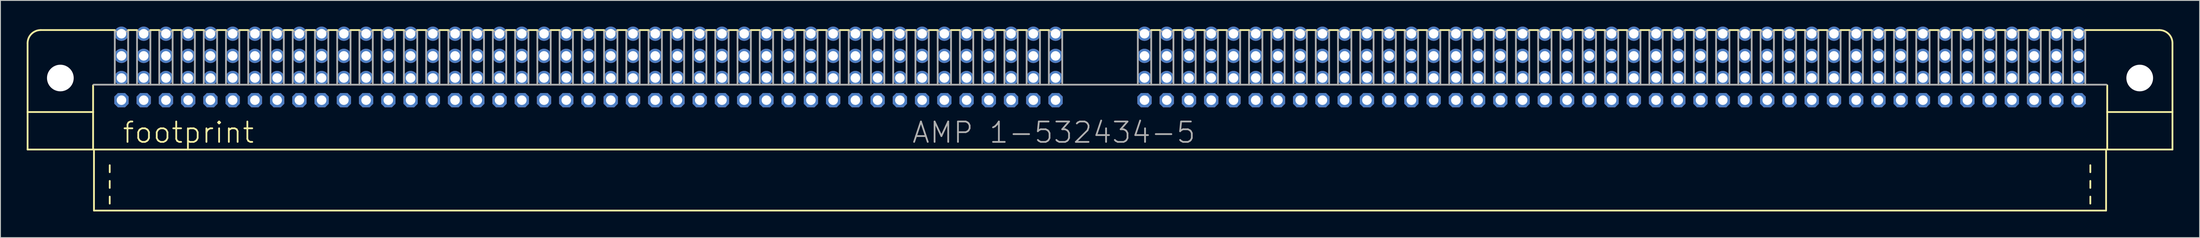
<source format=kicad_pcb>
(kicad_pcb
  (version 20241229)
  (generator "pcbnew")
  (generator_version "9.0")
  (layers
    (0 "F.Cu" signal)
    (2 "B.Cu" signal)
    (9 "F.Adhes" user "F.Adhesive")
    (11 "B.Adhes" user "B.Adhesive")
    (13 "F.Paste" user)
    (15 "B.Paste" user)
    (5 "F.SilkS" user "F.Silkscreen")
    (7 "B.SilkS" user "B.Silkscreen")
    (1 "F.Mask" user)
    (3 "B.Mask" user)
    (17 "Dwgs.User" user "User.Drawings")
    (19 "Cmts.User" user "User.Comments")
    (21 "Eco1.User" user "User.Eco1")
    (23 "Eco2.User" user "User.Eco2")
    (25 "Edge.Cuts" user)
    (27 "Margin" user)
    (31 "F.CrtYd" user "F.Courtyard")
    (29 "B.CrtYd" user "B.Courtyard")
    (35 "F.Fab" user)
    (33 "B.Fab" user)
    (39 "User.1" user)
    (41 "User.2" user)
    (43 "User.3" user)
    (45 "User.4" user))
  (footprint "footprint"
    (layer "F.Cu")
    (at 122.582 5.897)
    (property "Reference" "footprint" (at -111.76 7.62 0) (layer "F.SilkS") (effects (font (size 2.337 2.337) (thickness 0.203)) (justify left bottom)))
    (fp_line (start -122.48 3.9) (end -122.48 -4) (stroke (width 0.203) (type solid)) (layer "F.SilkS"))
    (fp_line (start -122.48 8.2) (end -122.48 3.9) (stroke (width 0.203) (type solid)) (layer "F.SilkS"))
    (fp_line (start -120.98 -5.5) (end -112.522 -5.5) (stroke (width 0.203) (type solid)) (layer "F.SilkS"))
    (fp_line (start -115 3.9) (end -122.48 3.9) (stroke (width 0.203) (type solid)) (layer "F.SilkS"))
    (fp_line (start -115 3.9) (end -115 0.834) (stroke (width 0.203) (type solid)) (layer "F.SilkS"))
    (fp_line (start -115 8.2) (end -122.48 8.2) (stroke (width 0.203) (type solid)) (layer "F.SilkS"))
    (fp_line (start -115 8.2) (end -115 3.9) (stroke (width 0.203) (type solid)) (layer "F.SilkS"))
    (fp_line (start -114.9 8.2) (end -115 8.2) (stroke (width 0.203) (type solid)) (layer "F.SilkS"))
    (fp_line (start -114.9 15.2) (end -114.9 8.2) (stroke (width 0.203) (type solid)) (layer "F.SilkS"))
    (fp_line (start -113.1 10.8) (end -113.1 10) (stroke (width 0.203) (type solid)) (layer "F.SilkS"))
    (fp_line (start -113.1 12.6) (end -113.1 11.8) (stroke (width 0.203) (type solid)) (layer "F.SilkS"))
    (fp_line (start -113.1 14.4) (end -113.1 13.6) (stroke (width 0.203) (type solid)) (layer "F.SilkS"))
    (fp_line (start -112.522 -5.461) (end -112.522 -5.334) (stroke (width 0.203) (type solid)) (layer "F.SilkS"))
    (fp_line (start -110.998 -5.5) (end -109.982 -5.5) (stroke (width 0.203) (type solid)) (layer "F.SilkS"))
    (fp_line (start -110.998 -5.334) (end -110.998 -5.461) (stroke (width 0.203) (type solid)) (layer "F.SilkS"))
    (fp_line (start -109.982 -5.461) (end -109.982 -5.334) (stroke (width 0.203) (type solid)) (layer "F.SilkS"))
    (fp_line (start -108.458 -5.5) (end -107.442 -5.5) (stroke (width 0.203) (type solid)) (layer "F.SilkS"))
    (fp_line (start -108.458 -5.334) (end -108.458 -5.461) (stroke (width 0.203) (type solid)) (layer "F.SilkS"))
    (fp_line (start -107.442 -5.461) (end -107.442 -5.334) (stroke (width 0.203) (type solid)) (layer "F.SilkS"))
    (fp_line (start -105.918 -5.5) (end -104.902 -5.5) (stroke (width 0.203) (type solid)) (layer "F.SilkS"))
    (fp_line (start -105.918 -5.334) (end -105.918 -5.461) (stroke (width 0.203) (type solid)) (layer "F.SilkS"))
    (fp_line (start -104.902 -5.461) (end -104.902 -5.334) (stroke (width 0.203) (type solid)) (layer "F.SilkS"))
    (fp_line (start -103.378 -5.5) (end -102.362 -5.5) (stroke (width 0.203) (type solid)) (layer "F.SilkS"))
    (fp_line (start -103.378 -5.334) (end -103.378 -5.461) (stroke (width 0.203) (type solid)) (layer "F.SilkS"))
    (fp_line (start -102.362 -5.461) (end -102.362 -5.334) (stroke (width 0.203) (type solid)) (layer "F.SilkS"))
    (fp_line (start -100.838 -5.5) (end -99.822 -5.5) (stroke (width 0.203) (type solid)) (layer "F.SilkS"))
    (fp_line (start -100.838 -5.334) (end -100.838 -5.461) (stroke (width 0.203) (type solid)) (layer "F.SilkS"))
    (fp_line (start -99.822 -5.461) (end -99.822 -5.334) (stroke (width 0.203) (type solid)) (layer "F.SilkS"))
    (fp_line (start -98.298 -5.5) (end -97.282 -5.5) (stroke (width 0.203) (type solid)) (layer "F.SilkS"))
    (fp_line (start -98.298 -5.334) (end -98.298 -5.461) (stroke (width 0.203) (type solid)) (layer "F.SilkS"))
    (fp_line (start -97.282 -5.461) (end -97.282 -5.334) (stroke (width 0.203) (type solid)) (layer "F.SilkS"))
    (fp_line (start -95.758 -5.5) (end -94.742 -5.5) (stroke (width 0.203) (type solid)) (layer "F.SilkS"))
    (fp_line (start -95.758 -5.334) (end -95.758 -5.461) (stroke (width 0.203) (type solid)) (layer "F.SilkS"))
    (fp_line (start -94.742 -5.461) (end -94.742 -5.334) (stroke (width 0.203) (type solid)) (layer "F.SilkS"))
    (fp_line (start -93.218 -5.5) (end -92.202 -5.5) (stroke (width 0.203) (type solid)) (layer "F.SilkS"))
    (fp_line (start -93.218 -5.334) (end -93.218 -5.461) (stroke (width 0.203) (type solid)) (layer "F.SilkS"))
    (fp_line (start -92.202 -5.461) (end -92.202 -5.334) (stroke (width 0.203) (type solid)) (layer "F.SilkS"))
    (fp_line (start -90.678 -5.5) (end -89.662 -5.5) (stroke (width 0.203) (type solid)) (layer "F.SilkS"))
    (fp_line (start -90.678 -5.334) (end -90.678 -5.461) (stroke (width 0.203) (type solid)) (layer "F.SilkS"))
    (fp_line (start -89.662 -5.461) (end -89.662 -5.334) (stroke (width 0.203) (type solid)) (layer "F.SilkS"))
    (fp_line (start -88.138 -5.5) (end -87.122 -5.5) (stroke (width 0.203) (type solid)) (layer "F.SilkS"))
    (fp_line (start -88.138 -5.334) (end -88.138 -5.461) (stroke (width 0.203) (type solid)) (layer "F.SilkS"))
    (fp_line (start -87.122 -5.461) (end -87.122 -5.334) (stroke (width 0.203) (type solid)) (layer "F.SilkS"))
    (fp_line (start -85.598 -5.5) (end -84.582 -5.5) (stroke (width 0.203) (type solid)) (layer "F.SilkS"))
    (fp_line (start -85.598 -5.334) (end -85.598 -5.461) (stroke (width 0.203) (type solid)) (layer "F.SilkS"))
    (fp_line (start -84.582 -5.461) (end -84.582 -5.334) (stroke (width 0.203) (type solid)) (layer "F.SilkS"))
    (fp_line (start -83.058 -5.5) (end -82.042 -5.5) (stroke (width 0.203) (type solid)) (layer "F.SilkS"))
    (fp_line (start -83.058 -5.334) (end -83.058 -5.461) (stroke (width 0.203) (type solid)) (layer "F.SilkS"))
    (fp_line (start -82.042 -5.461) (end -82.042 -5.334) (stroke (width 0.203) (type solid)) (layer "F.SilkS"))
    (fp_line (start -80.518 -5.5) (end -79.502 -5.5) (stroke (width 0.203) (type solid)) (layer "F.SilkS"))
    (fp_line (start -80.518 -5.334) (end -80.518 -5.461) (stroke (width 0.203) (type solid)) (layer "F.SilkS"))
    (fp_line (start -79.502 -5.461) (end -79.502 -5.334) (stroke (width 0.203) (type solid)) (layer "F.SilkS"))
    (fp_line (start -77.978 -5.5) (end -76.962 -5.5) (stroke (width 0.203) (type solid)) (layer "F.SilkS"))
    (fp_line (start -77.978 -5.334) (end -77.978 -5.461) (stroke (width 0.203) (type solid)) (layer "F.SilkS"))
    (fp_line (start -76.962 -5.461) (end -76.962 -5.334) (stroke (width 0.203) (type solid)) (layer "F.SilkS"))
    (fp_line (start -75.438 -5.5) (end -74.422 -5.5) (stroke (width 0.203) (type solid)) (layer "F.SilkS"))
    (fp_line (start -75.438 -5.334) (end -75.438 -5.461) (stroke (width 0.203) (type solid)) (layer "F.SilkS"))
    (fp_line (start -74.422 -5.461) (end -74.422 -5.334) (stroke (width 0.203) (type solid)) (layer "F.SilkS"))
    (fp_line (start -72.898 -5.5) (end -71.882 -5.5) (stroke (width 0.203) (type solid)) (layer "F.SilkS"))
    (fp_line (start -72.898 -5.334) (end -72.898 -5.461) (stroke (width 0.203) (type solid)) (layer "F.SilkS"))
    (fp_line (start -71.882 -5.461) (end -71.882 -5.334) (stroke (width 0.203) (type solid)) (layer "F.SilkS"))
    (fp_line (start -70.358 -5.5) (end -69.342 -5.5) (stroke (width 0.203) (type solid)) (layer "F.SilkS"))
    (fp_line (start -70.358 -5.334) (end -70.358 -5.461) (stroke (width 0.203) (type solid)) (layer "F.SilkS"))
    (fp_line (start -69.342 -5.461) (end -69.342 -5.334) (stroke (width 0.203) (type solid)) (layer "F.SilkS"))
    (fp_line (start -67.818 -5.5) (end -66.802 -5.5) (stroke (width 0.203) (type solid)) (layer "F.SilkS"))
    (fp_line (start -67.818 -5.334) (end -67.818 -5.461) (stroke (width 0.203) (type solid)) (layer "F.SilkS"))
    (fp_line (start -66.802 -5.461) (end -66.802 -5.334) (stroke (width 0.203) (type solid)) (layer "F.SilkS"))
    (fp_line (start -65.278 -5.5) (end -64.262 -5.5) (stroke (width 0.203) (type solid)) (layer "F.SilkS"))
    (fp_line (start -65.278 -5.334) (end -65.278 -5.461) (stroke (width 0.203) (type solid)) (layer "F.SilkS"))
    (fp_line (start -64.262 -5.461) (end -64.262 -5.334) (stroke (width 0.203) (type solid)) (layer "F.SilkS"))
    (fp_line (start -62.738 -5.5) (end -61.722 -5.5) (stroke (width 0.203) (type solid)) (layer "F.SilkS"))
    (fp_line (start -62.738 -5.334) (end -62.738 -5.461) (stroke (width 0.203) (type solid)) (layer "F.SilkS"))
    (fp_line (start -61.722 -5.461) (end -61.722 -5.334) (stroke (width 0.203) (type solid)) (layer "F.SilkS"))
    (fp_line (start -60.198 -5.5) (end -59.182 -5.5) (stroke (width 0.203) (type solid)) (layer "F.SilkS"))
    (fp_line (start -60.198 -5.334) (end -60.198 -5.461) (stroke (width 0.203) (type solid)) (layer "F.SilkS"))
    (fp_line (start -59.182 -5.461) (end -59.182 -5.334) (stroke (width 0.203) (type solid)) (layer "F.SilkS"))
    (fp_line (start -57.658 -5.5) (end -56.642 -5.5) (stroke (width 0.203) (type solid)) (layer "F.SilkS"))
    (fp_line (start -57.658 -5.334) (end -57.658 -5.461) (stroke (width 0.203) (type solid)) (layer "F.SilkS"))
    (fp_line (start -56.642 -5.461) (end -56.642 -5.334) (stroke (width 0.203) (type solid)) (layer "F.SilkS"))
    (fp_line (start -55.118 -5.5) (end -54.102 -5.5) (stroke (width 0.203) (type solid)) (layer "F.SilkS"))
    (fp_line (start -55.118 -5.334) (end -55.118 -5.461) (stroke (width 0.203) (type solid)) (layer "F.SilkS"))
    (fp_line (start -54.102 -5.461) (end -54.102 -5.334) (stroke (width 0.203) (type solid)) (layer "F.SilkS"))
    (fp_line (start -52.578 -5.5) (end -51.562 -5.5) (stroke (width 0.203) (type solid)) (layer "F.SilkS"))
    (fp_line (start -52.578 -5.334) (end -52.578 -5.461) (stroke (width 0.203) (type solid)) (layer "F.SilkS"))
    (fp_line (start -51.562 -5.461) (end -51.562 -5.334) (stroke (width 0.203) (type solid)) (layer "F.SilkS"))
    (fp_line (start -50.038 -5.5) (end -49.022 -5.5) (stroke (width 0.203) (type solid)) (layer "F.SilkS"))
    (fp_line (start -50.038 -5.334) (end -50.038 -5.461) (stroke (width 0.203) (type solid)) (layer "F.SilkS"))
    (fp_line (start -49.022 -5.461) (end -49.022 -5.334) (stroke (width 0.203) (type solid)) (layer "F.SilkS"))
    (fp_line (start -47.498 -5.5) (end -46.482 -5.5) (stroke (width 0.203) (type solid)) (layer "F.SilkS"))
    (fp_line (start -47.498 -5.334) (end -47.498 -5.461) (stroke (width 0.203) (type solid)) (layer "F.SilkS"))
    (fp_line (start -46.482 -5.461) (end -46.482 -5.334) (stroke (width 0.203) (type solid)) (layer "F.SilkS"))
    (fp_line (start -44.958 -5.5) (end -43.942 -5.5) (stroke (width 0.203) (type solid)) (layer "F.SilkS"))
    (fp_line (start -44.958 -5.334) (end -44.958 -5.461) (stroke (width 0.203) (type solid)) (layer "F.SilkS"))
    (fp_line (start -43.942 -5.461) (end -43.942 -5.334) (stroke (width 0.203) (type solid)) (layer "F.SilkS"))
    (fp_line (start -42.418 -5.5) (end -41.402 -5.5) (stroke (width 0.203) (type solid)) (layer "F.SilkS"))
    (fp_line (start -42.418 -5.334) (end -42.418 -5.461) (stroke (width 0.203) (type solid)) (layer "F.SilkS"))
    (fp_line (start -41.402 -5.461) (end -41.402 -5.334) (stroke (width 0.203) (type solid)) (layer "F.SilkS"))
    (fp_line (start -39.878 -5.5) (end -38.862 -5.5) (stroke (width 0.203) (type solid)) (layer "F.SilkS"))
    (fp_line (start -39.878 -5.334) (end -39.878 -5.461) (stroke (width 0.203) (type solid)) (layer "F.SilkS"))
    (fp_line (start -38.862 -5.461) (end -38.862 -5.334) (stroke (width 0.203) (type solid)) (layer "F.SilkS"))
    (fp_line (start -37.338 -5.5) (end -36.322 -5.5) (stroke (width 0.203) (type solid)) (layer "F.SilkS"))
    (fp_line (start -37.338 -5.334) (end -37.338 -5.461) (stroke (width 0.203) (type solid)) (layer "F.SilkS"))
    (fp_line (start -36.322 -5.461) (end -36.322 -5.334) (stroke (width 0.203) (type solid)) (layer "F.SilkS"))
    (fp_line (start -34.798 -5.5) (end -33.782 -5.5) (stroke (width 0.203) (type solid)) (layer "F.SilkS"))
    (fp_line (start -34.798 -5.334) (end -34.798 -5.461) (stroke (width 0.203) (type solid)) (layer "F.SilkS"))
    (fp_line (start -33.782 -5.461) (end -33.782 -5.334) (stroke (width 0.203) (type solid)) (layer "F.SilkS"))
    (fp_line (start -32.258 -5.5) (end -31.242 -5.5) (stroke (width 0.203) (type solid)) (layer "F.SilkS"))
    (fp_line (start -32.258 -5.334) (end -32.258 -5.461) (stroke (width 0.203) (type solid)) (layer "F.SilkS"))
    (fp_line (start -31.242 -5.461) (end -31.242 -5.334) (stroke (width 0.203) (type solid)) (layer "F.SilkS"))
    (fp_line (start -29.718 -5.5) (end -28.702 -5.5) (stroke (width 0.203) (type solid)) (layer "F.SilkS"))
    (fp_line (start -29.718 -5.334) (end -29.718 -5.461) (stroke (width 0.203) (type solid)) (layer "F.SilkS"))
    (fp_line (start -28.702 -5.461) (end -28.702 -5.334) (stroke (width 0.203) (type solid)) (layer "F.SilkS"))
    (fp_line (start -27.178 -5.5) (end -26.162 -5.5) (stroke (width 0.203) (type solid)) (layer "F.SilkS"))
    (fp_line (start -27.178 -5.334) (end -27.178 -5.461) (stroke (width 0.203) (type solid)) (layer "F.SilkS"))
    (fp_line (start -26.162 -5.461) (end -26.162 -5.334) (stroke (width 0.203) (type solid)) (layer "F.SilkS"))
    (fp_line (start -24.638 -5.5) (end -23.622 -5.5) (stroke (width 0.203) (type solid)) (layer "F.SilkS"))
    (fp_line (start -24.638 -5.334) (end -24.638 -5.461) (stroke (width 0.203) (type solid)) (layer "F.SilkS"))
    (fp_line (start -23.622 -5.461) (end -23.622 -5.334) (stroke (width 0.203) (type solid)) (layer "F.SilkS"))
    (fp_line (start -22.098 -5.5) (end -21.082 -5.5) (stroke (width 0.203) (type solid)) (layer "F.SilkS"))
    (fp_line (start -22.098 -5.334) (end -22.098 -5.461) (stroke (width 0.203) (type solid)) (layer "F.SilkS"))
    (fp_line (start -21.082 -5.461) (end -21.082 -5.334) (stroke (width 0.203) (type solid)) (layer "F.SilkS"))
    (fp_line (start -19.558 -5.5) (end -18.542 -5.5) (stroke (width 0.203) (type solid)) (layer "F.SilkS"))
    (fp_line (start -19.558 -5.334) (end -19.558 -5.461) (stroke (width 0.203) (type solid)) (layer "F.SilkS"))
    (fp_line (start -18.542 -5.461) (end -18.542 -5.334) (stroke (width 0.203) (type solid)) (layer "F.SilkS"))
    (fp_line (start -17.018 -5.5) (end -16.002 -5.5) (stroke (width 0.203) (type solid)) (layer "F.SilkS"))
    (fp_line (start -17.018 -5.334) (end -17.018 -5.461) (stroke (width 0.203) (type solid)) (layer "F.SilkS"))
    (fp_line (start -16.002 -5.461) (end -16.002 -5.334) (stroke (width 0.203) (type solid)) (layer "F.SilkS"))
    (fp_line (start -14.478 -5.5) (end -13.462 -5.5) (stroke (width 0.203) (type solid)) (layer "F.SilkS"))
    (fp_line (start -14.478 -5.334) (end -14.478 -5.461) (stroke (width 0.203) (type solid)) (layer "F.SilkS"))
    (fp_line (start -13.462 -5.461) (end -13.462 -5.334) (stroke (width 0.203) (type solid)) (layer "F.SilkS"))
    (fp_line (start -11.938 -5.5) (end -10.922 -5.5) (stroke (width 0.203) (type solid)) (layer "F.SilkS"))
    (fp_line (start -11.938 -5.334) (end -11.938 -5.461) (stroke (width 0.203) (type solid)) (layer "F.SilkS"))
    (fp_line (start -10.922 -5.461) (end -10.922 -5.334) (stroke (width 0.203) (type solid)) (layer "F.SilkS"))
    (fp_line (start -9.398 -5.5) (end -8.382 -5.5) (stroke (width 0.203) (type solid)) (layer "F.SilkS"))
    (fp_line (start -9.398 -5.334) (end -9.398 -5.461) (stroke (width 0.203) (type solid)) (layer "F.SilkS"))
    (fp_line (start -8.382 -5.461) (end -8.382 -5.334) (stroke (width 0.203) (type solid)) (layer "F.SilkS"))
    (fp_line (start -6.858 -5.5) (end -5.842 -5.5) (stroke (width 0.203) (type solid)) (layer "F.SilkS"))
    (fp_line (start -6.858 -5.334) (end -6.858 -5.461) (stroke (width 0.203) (type solid)) (layer "F.SilkS"))
    (fp_line (start -5.842 -5.461) (end -5.842 -5.334) (stroke (width 0.203) (type solid)) (layer "F.SilkS"))
    (fp_line (start -4.318 -5.5) (end 4.318 -5.5) (stroke (width 0.203) (type solid)) (layer "F.SilkS"))
    (fp_line (start -4.318 -5.334) (end -4.318 -5.461) (stroke (width 0.203) (type solid)) (layer "F.SilkS"))
    (fp_line (start 4.318 -5.461) (end 4.318 -5.334) (stroke (width 0.203) (type solid)) (layer "F.SilkS"))
    (fp_line (start 5.842 -5.5) (end 6.858 -5.5) (stroke (width 0.203) (type solid)) (layer "F.SilkS"))
    (fp_line (start 5.842 -5.334) (end 5.842 -5.461) (stroke (width 0.203) (type solid)) (layer "F.SilkS"))
    (fp_line (start 6.858 -5.461) (end 6.858 -5.334) (stroke (width 0.203) (type solid)) (layer "F.SilkS"))
    (fp_line (start 8.382 -5.5) (end 9.398 -5.5) (stroke (width 0.203) (type solid)) (layer "F.SilkS"))
    (fp_line (start 8.382 -5.334) (end 8.382 -5.461) (stroke (width 0.203) (type solid)) (layer "F.SilkS"))
    (fp_line (start 9.398 -5.461) (end 9.398 -5.334) (stroke (width 0.203) (type solid)) (layer "F.SilkS"))
    (fp_line (start 10.922 -5.5) (end 11.938 -5.5) (stroke (width 0.203) (type solid)) (layer "F.SilkS"))
    (fp_line (start 10.922 -5.334) (end 10.922 -5.461) (stroke (width 0.203) (type solid)) (layer "F.SilkS"))
    (fp_line (start 11.938 -5.461) (end 11.938 -5.334) (stroke (width 0.203) (type solid)) (layer "F.SilkS"))
    (fp_line (start 13.462 -5.5) (end 14.478 -5.5) (stroke (width 0.203) (type solid)) (layer "F.SilkS"))
    (fp_line (start 13.462 -5.334) (end 13.462 -5.461) (stroke (width 0.203) (type solid)) (layer "F.SilkS"))
    (fp_line (start 14.478 -5.461) (end 14.478 -5.334) (stroke (width 0.203) (type solid)) (layer "F.SilkS"))
    (fp_line (start 16.002 -5.5) (end 17.018 -5.5) (stroke (width 0.203) (type solid)) (layer "F.SilkS"))
    (fp_line (start 16.002 -5.334) (end 16.002 -5.461) (stroke (width 0.203) (type solid)) (layer "F.SilkS"))
    (fp_line (start 17.018 -5.461) (end 17.018 -5.334) (stroke (width 0.203) (type solid)) (layer "F.SilkS"))
    (fp_line (start 18.542 -5.5) (end 19.558 -5.5) (stroke (width 0.203) (type solid)) (layer "F.SilkS"))
    (fp_line (start 18.542 -5.334) (end 18.542 -5.461) (stroke (width 0.203) (type solid)) (layer "F.SilkS"))
    (fp_line (start 19.558 -5.461) (end 19.558 -5.334) (stroke (width 0.203) (type solid)) (layer "F.SilkS"))
    (fp_line (start 21.082 -5.5) (end 22.098 -5.5) (stroke (width 0.203) (type solid)) (layer "F.SilkS"))
    (fp_line (start 21.082 -5.334) (end 21.082 -5.461) (stroke (width 0.203) (type solid)) (layer "F.SilkS"))
    (fp_line (start 22.098 -5.461) (end 22.098 -5.334) (stroke (width 0.203) (type solid)) (layer "F.SilkS"))
    (fp_line (start 23.622 -5.5) (end 24.638 -5.5) (stroke (width 0.203) (type solid)) (layer "F.SilkS"))
    (fp_line (start 23.622 -5.334) (end 23.622 -5.461) (stroke (width 0.203) (type solid)) (layer "F.SilkS"))
    (fp_line (start 24.638 -5.461) (end 24.638 -5.334) (stroke (width 0.203) (type solid)) (layer "F.SilkS"))
    (fp_line (start 26.162 -5.5) (end 27.178 -5.5) (stroke (width 0.203) (type solid)) (layer "F.SilkS"))
    (fp_line (start 26.162 -5.334) (end 26.162 -5.461) (stroke (width 0.203) (type solid)) (layer "F.SilkS"))
    (fp_line (start 27.178 -5.461) (end 27.178 -5.334) (stroke (width 0.203) (type solid)) (layer "F.SilkS"))
    (fp_line (start 28.702 -5.5) (end 29.718 -5.5) (stroke (width 0.203) (type solid)) (layer "F.SilkS"))
    (fp_line (start 28.702 -5.334) (end 28.702 -5.461) (stroke (width 0.203) (type solid)) (layer "F.SilkS"))
    (fp_line (start 29.718 -5.461) (end 29.718 -5.334) (stroke (width 0.203) (type solid)) (layer "F.SilkS"))
    (fp_line (start 31.242 -5.5) (end 32.258 -5.5) (stroke (width 0.203) (type solid)) (layer "F.SilkS"))
    (fp_line (start 31.242 -5.334) (end 31.242 -5.461) (stroke (width 0.203) (type solid)) (layer "F.SilkS"))
    (fp_line (start 32.258 -5.461) (end 32.258 -5.334) (stroke (width 0.203) (type solid)) (layer "F.SilkS"))
    (fp_line (start 33.782 -5.5) (end 34.798 -5.5) (stroke (width 0.203) (type solid)) (layer "F.SilkS"))
    (fp_line (start 33.782 -5.334) (end 33.782 -5.461) (stroke (width 0.203) (type solid)) (layer "F.SilkS"))
    (fp_line (start 34.798 -5.461) (end 34.798 -5.334) (stroke (width 0.203) (type solid)) (layer "F.SilkS"))
    (fp_line (start 36.322 -5.5) (end 37.338 -5.5) (stroke (width 0.203) (type solid)) (layer "F.SilkS"))
    (fp_line (start 36.322 -5.334) (end 36.322 -5.461) (stroke (width 0.203) (type solid)) (layer "F.SilkS"))
    (fp_line (start 37.338 -5.461) (end 37.338 -5.334) (stroke (width 0.203) (type solid)) (layer "F.SilkS"))
    (fp_line (start 38.862 -5.5) (end 39.878 -5.5) (stroke (width 0.203) (type solid)) (layer "F.SilkS"))
    (fp_line (start 38.862 -5.334) (end 38.862 -5.461) (stroke (width 0.203) (type solid)) (layer "F.SilkS"))
    (fp_line (start 39.878 -5.461) (end 39.878 -5.334) (stroke (width 0.203) (type solid)) (layer "F.SilkS"))
    (fp_line (start 41.402 -5.5) (end 42.418 -5.5) (stroke (width 0.203) (type solid)) (layer "F.SilkS"))
    (fp_line (start 41.402 -5.334) (end 41.402 -5.461) (stroke (width 0.203) (type solid)) (layer "F.SilkS"))
    (fp_line (start 42.418 -5.461) (end 42.418 -5.334) (stroke (width 0.203) (type solid)) (layer "F.SilkS"))
    (fp_line (start 43.942 -5.5) (end 44.958 -5.5) (stroke (width 0.203) (type solid)) (layer "F.SilkS"))
    (fp_line (start 43.942 -5.334) (end 43.942 -5.461) (stroke (width 0.203) (type solid)) (layer "F.SilkS"))
    (fp_line (start 44.958 -5.461) (end 44.958 -5.334) (stroke (width 0.203) (type solid)) (layer "F.SilkS"))
    (fp_line (start 46.482 -5.5) (end 47.498 -5.5) (stroke (width 0.203) (type solid)) (layer "F.SilkS"))
    (fp_line (start 46.482 -5.334) (end 46.482 -5.461) (stroke (width 0.203) (type solid)) (layer "F.SilkS"))
    (fp_line (start 47.498 -5.461) (end 47.498 -5.334) (stroke (width 0.203) (type solid)) (layer "F.SilkS"))
    (fp_line (start 49.022 -5.5) (end 50.038 -5.5) (stroke (width 0.203) (type solid)) (layer "F.SilkS"))
    (fp_line (start 49.022 -5.334) (end 49.022 -5.461) (stroke (width 0.203) (type solid)) (layer "F.SilkS"))
    (fp_line (start 50.038 -5.461) (end 50.038 -5.334) (stroke (width 0.203) (type solid)) (layer "F.SilkS"))
    (fp_line (start 51.562 -5.5) (end 52.578 -5.5) (stroke (width 0.203) (type solid)) (layer "F.SilkS"))
    (fp_line (start 51.562 -5.334) (end 51.562 -5.461) (stroke (width 0.203) (type solid)) (layer "F.SilkS"))
    (fp_line (start 52.578 -5.461) (end 52.578 -5.334) (stroke (width 0.203) (type solid)) (layer "F.SilkS"))
    (fp_line (start 54.102 -5.5) (end 55.118 -5.5) (stroke (width 0.203) (type solid)) (layer "F.SilkS"))
    (fp_line (start 54.102 -5.334) (end 54.102 -5.461) (stroke (width 0.203) (type solid)) (layer "F.SilkS"))
    (fp_line (start 55.118 -5.461) (end 55.118 -5.334) (stroke (width 0.203) (type solid)) (layer "F.SilkS"))
    (fp_line (start 56.642 -5.5) (end 57.658 -5.5) (stroke (width 0.203) (type solid)) (layer "F.SilkS"))
    (fp_line (start 56.642 -5.334) (end 56.642 -5.461) (stroke (width 0.203) (type solid)) (layer "F.SilkS"))
    (fp_line (start 57.658 -5.461) (end 57.658 -5.334) (stroke (width 0.203) (type solid)) (layer "F.SilkS"))
    (fp_line (start 59.182 -5.5) (end 60.198 -5.5) (stroke (width 0.203) (type solid)) (layer "F.SilkS"))
    (fp_line (start 59.182 -5.334) (end 59.182 -5.461) (stroke (width 0.203) (type solid)) (layer "F.SilkS"))
    (fp_line (start 60.198 -5.461) (end 60.198 -5.334) (stroke (width 0.203) (type solid)) (layer "F.SilkS"))
    (fp_line (start 61.722 -5.5) (end 62.738 -5.5) (stroke (width 0.203) (type solid)) (layer "F.SilkS"))
    (fp_line (start 61.722 -5.334) (end 61.722 -5.461) (stroke (width 0.203) (type solid)) (layer "F.SilkS"))
    (fp_line (start 62.738 -5.461) (end 62.738 -5.334) (stroke (width 0.203) (type solid)) (layer "F.SilkS"))
    (fp_line (start 64.262 -5.5) (end 65.278 -5.5) (stroke (width 0.203) (type solid)) (layer "F.SilkS"))
    (fp_line (start 64.262 -5.334) (end 64.262 -5.461) (stroke (width 0.203) (type solid)) (layer "F.SilkS"))
    (fp_line (start 65.278 -5.461) (end 65.278 -5.334) (stroke (width 0.203) (type solid)) (layer "F.SilkS"))
    (fp_line (start 66.802 -5.5) (end 67.818 -5.5) (stroke (width 0.203) (type solid)) (layer "F.SilkS"))
    (fp_line (start 66.802 -5.334) (end 66.802 -5.461) (stroke (width 0.203) (type solid)) (layer "F.SilkS"))
    (fp_line (start 67.818 -5.461) (end 67.818 -5.334) (stroke (width 0.203) (type solid)) (layer "F.SilkS"))
    (fp_line (start 69.342 -5.5) (end 70.358 -5.5) (stroke (width 0.203) (type solid)) (layer "F.SilkS"))
    (fp_line (start 69.342 -5.334) (end 69.342 -5.461) (stroke (width 0.203) (type solid)) (layer "F.SilkS"))
    (fp_line (start 70.358 -5.461) (end 70.358 -5.334) (stroke (width 0.203) (type solid)) (layer "F.SilkS"))
    (fp_line (start 71.882 -5.5) (end 72.898 -5.5) (stroke (width 0.203) (type solid)) (layer "F.SilkS"))
    (fp_line (start 71.882 -5.334) (end 71.882 -5.461) (stroke (width 0.203) (type solid)) (layer "F.SilkS"))
    (fp_line (start 72.898 -5.461) (end 72.898 -5.334) (stroke (width 0.203) (type solid)) (layer "F.SilkS"))
    (fp_line (start 74.422 -5.5) (end 75.438 -5.5) (stroke (width 0.203) (type solid)) (layer "F.SilkS"))
    (fp_line (start 74.422 -5.334) (end 74.422 -5.461) (stroke (width 0.203) (type solid)) (layer "F.SilkS"))
    (fp_line (start 75.438 -5.461) (end 75.438 -5.334) (stroke (width 0.203) (type solid)) (layer "F.SilkS"))
    (fp_line (start 76.962 -5.5) (end 77.978 -5.5) (stroke (width 0.203) (type solid)) (layer "F.SilkS"))
    (fp_line (start 76.962 -5.334) (end 76.962 -5.461) (stroke (width 0.203) (type solid)) (layer "F.SilkS"))
    (fp_line (start 77.978 -5.461) (end 77.978 -5.334) (stroke (width 0.203) (type solid)) (layer "F.SilkS"))
    (fp_line (start 79.502 -5.5) (end 80.518 -5.5) (stroke (width 0.203) (type solid)) (layer "F.SilkS"))
    (fp_line (start 79.502 -5.334) (end 79.502 -5.461) (stroke (width 0.203) (type solid)) (layer "F.SilkS"))
    (fp_line (start 80.518 -5.461) (end 80.518 -5.334) (stroke (width 0.203) (type solid)) (layer "F.SilkS"))
    (fp_line (start 82.042 -5.5) (end 83.058 -5.5) (stroke (width 0.203) (type solid)) (layer "F.SilkS"))
    (fp_line (start 82.042 -5.334) (end 82.042 -5.461) (stroke (width 0.203) (type solid)) (layer "F.SilkS"))
    (fp_line (start 83.058 -5.461) (end 83.058 -5.334) (stroke (width 0.203) (type solid)) (layer "F.SilkS"))
    (fp_line (start 84.582 -5.5) (end 85.598 -5.5) (stroke (width 0.203) (type solid)) (layer "F.SilkS"))
    (fp_line (start 84.582 -5.334) (end 84.582 -5.461) (stroke (width 0.203) (type solid)) (layer "F.SilkS"))
    (fp_line (start 85.598 -5.461) (end 85.598 -5.334) (stroke (width 0.203) (type solid)) (layer "F.SilkS"))
    (fp_line (start 87.122 -5.5) (end 88.138 -5.5) (stroke (width 0.203) (type solid)) (layer "F.SilkS"))
    (fp_line (start 87.122 -5.334) (end 87.122 -5.461) (stroke (width 0.203) (type solid)) (layer "F.SilkS"))
    (fp_line (start 88.138 -5.461) (end 88.138 -5.334) (stroke (width 0.203) (type solid)) (layer "F.SilkS"))
    (fp_line (start 89.662 -5.5) (end 90.678 -5.5) (stroke (width 0.203) (type solid)) (layer "F.SilkS"))
    (fp_line (start 89.662 -5.334) (end 89.662 -5.461) (stroke (width 0.203) (type solid)) (layer "F.SilkS"))
    (fp_line (start 90.678 -5.461) (end 90.678 -5.334) (stroke (width 0.203) (type solid)) (layer "F.SilkS"))
    (fp_line (start 92.202 -5.5) (end 93.218 -5.5) (stroke (width 0.203) (type solid)) (layer "F.SilkS"))
    (fp_line (start 92.202 -5.334) (end 92.202 -5.461) (stroke (width 0.203) (type solid)) (layer "F.SilkS"))
    (fp_line (start 93.218 -5.461) (end 93.218 -5.334) (stroke (width 0.203) (type solid)) (layer "F.SilkS"))
    (fp_line (start 94.742 -5.5) (end 95.758 -5.5) (stroke (width 0.203) (type solid)) (layer "F.SilkS"))
    (fp_line (start 94.742 -5.334) (end 94.742 -5.461) (stroke (width 0.203) (type solid)) (layer "F.SilkS"))
    (fp_line (start 95.758 -5.461) (end 95.758 -5.334) (stroke (width 0.203) (type solid)) (layer "F.SilkS"))
    (fp_line (start 97.282 -5.5) (end 98.298 -5.5) (stroke (width 0.203) (type solid)) (layer "F.SilkS"))
    (fp_line (start 97.282 -5.334) (end 97.282 -5.461) (stroke (width 0.203) (type solid)) (layer "F.SilkS"))
    (fp_line (start 98.298 -5.461) (end 98.298 -5.334) (stroke (width 0.203) (type solid)) (layer "F.SilkS"))
    (fp_line (start 99.822 -5.5) (end 100.838 -5.5) (stroke (width 0.203) (type solid)) (layer "F.SilkS"))
    (fp_line (start 99.822 -5.334) (end 99.822 -5.461) (stroke (width 0.203) (type solid)) (layer "F.SilkS"))
    (fp_line (start 100.838 -5.461) (end 100.838 -5.334) (stroke (width 0.203) (type solid)) (layer "F.SilkS"))
    (fp_line (start 102.362 -5.5) (end 103.378 -5.5) (stroke (width 0.203) (type solid)) (layer "F.SilkS"))
    (fp_line (start 102.362 -5.334) (end 102.362 -5.461) (stroke (width 0.203) (type solid)) (layer "F.SilkS"))
    (fp_line (start 103.378 -5.461) (end 103.378 -5.334) (stroke (width 0.203) (type solid)) (layer "F.SilkS"))
    (fp_line (start 104.902 -5.5) (end 105.918 -5.5) (stroke (width 0.203) (type solid)) (layer "F.SilkS"))
    (fp_line (start 104.902 -5.334) (end 104.902 -5.461) (stroke (width 0.203) (type solid)) (layer "F.SilkS"))
    (fp_line (start 105.918 -5.461) (end 105.918 -5.334) (stroke (width 0.203) (type solid)) (layer "F.SilkS"))
    (fp_line (start 107.442 -5.5) (end 108.458 -5.5) (stroke (width 0.203) (type solid)) (layer "F.SilkS"))
    (fp_line (start 107.442 -5.334) (end 107.442 -5.461) (stroke (width 0.203) (type solid)) (layer "F.SilkS"))
    (fp_line (start 108.458 -5.461) (end 108.458 -5.334) (stroke (width 0.203) (type solid)) (layer "F.SilkS"))
    (fp_line (start 109.982 -5.5) (end 110.998 -5.5) (stroke (width 0.203) (type solid)) (layer "F.SilkS"))
    (fp_line (start 109.982 -5.334) (end 109.982 -5.461) (stroke (width 0.203) (type solid)) (layer "F.SilkS"))
    (fp_line (start 110.998 -5.461) (end 110.998 -5.334) (stroke (width 0.203) (type solid)) (layer "F.SilkS"))
    (fp_line (start 112.522 -5.5) (end 120.98 -5.5) (stroke (width 0.203) (type solid)) (layer "F.SilkS"))
    (fp_line (start 113.1 10.8) (end 113.1 10) (stroke (width 0.203) (type solid)) (layer "F.SilkS"))
    (fp_line (start 113.1 12.6) (end 113.1 11.8) (stroke (width 0.203) (type solid)) (layer "F.SilkS"))
    (fp_line (start 113.1 14.4) (end 113.1 13.6) (stroke (width 0.203) (type solid)) (layer "F.SilkS"))
    (fp_line (start 114.9 8.2) (end 114.9 15.2) (stroke (width 0.203) (type solid)) (layer "F.SilkS"))
    (fp_line (start 114.9 15.2) (end -114.9 15.2) (stroke (width 0.203) (type solid)) (layer "F.SilkS"))
    (fp_line (start 114.97 8.2) (end -114.86 8.2) (stroke (width 0.203) (type solid)) (layer "F.SilkS"))
    (fp_line (start 114.97 8.2) (end 114.9 8.2) (stroke (width 0.203) (type solid)) (layer "F.SilkS"))
    (fp_line (start 115.03 0.834) (end 115.03 3.9) (stroke (width 0.203) (type solid)) (layer "F.SilkS"))
    (fp_line (start 115.03 3.9) (end 115.03 8.2) (stroke (width 0.203) (type solid)) (layer "F.SilkS"))
    (fp_line (start 115.03 8.2) (end 114.97 8.2) (stroke (width 0.203) (type solid)) (layer "F.SilkS"))
    (fp_line (start 122.48 -4) (end 122.48 3.9) (stroke (width 0.203) (type solid)) (layer "F.SilkS"))
    (fp_line (start 122.48 3.9) (end 115.03 3.9) (stroke (width 0.203) (type solid)) (layer "F.SilkS"))
    (fp_line (start 122.48 3.9) (end 122.48 8.2) (stroke (width 0.203) (type solid)) (layer "F.SilkS"))
    (fp_line (start 122.48 8.2) (end 115.03 8.2) (stroke (width 0.203) (type solid)) (layer "F.SilkS"))
    (fp_arc (start -122.48 -4) (mid -122.040566 -5.060737) (end -120.9798 -5.5001) (stroke (width 0.2032) (type solid)) (layer "F.SilkS"))
    (fp_arc (start 120.98 -5.5) (mid 122.040731 -5.060631) (end 122.4801 -3.9999) (stroke (width 0.2032) (type solid)) (layer "F.SilkS"))
    (fp_line (start -114.935 0.762) (end 110.998 0.762) (stroke (width 0.203) (type solid)) (layer "F.Fab"))
    (fp_line (start -112.522 -5.334) (end -112.522 0.762) (stroke (width 0.203) (type solid)) (layer "F.Fab"))
    (fp_line (start -112.522 -5.334) (end -110.998 -5.334) (stroke (width 0.203) (type solid)) (layer "F.Fab"))
    (fp_line (start -110.998 0.762) (end -110.998 -5.334) (stroke (width 0.203) (type solid)) (layer "F.Fab"))
    (fp_line (start -109.982 -5.334) (end -109.982 0.762) (stroke (width 0.203) (type solid)) (layer "F.Fab"))
    (fp_line (start -109.982 -5.334) (end -108.458 -5.334) (stroke (width 0.203) (type solid)) (layer "F.Fab"))
    (fp_line (start -108.458 0.762) (end -108.458 -5.334) (stroke (width 0.203) (type solid)) (layer "F.Fab"))
    (fp_line (start -107.442 -5.334) (end -107.442 0.762) (stroke (width 0.203) (type solid)) (layer "F.Fab"))
    (fp_line (start -107.442 -5.334) (end -105.918 -5.334) (stroke (width 0.203) (type solid)) (layer "F.Fab"))
    (fp_line (start -105.918 0.762) (end -105.918 -5.334) (stroke (width 0.203) (type solid)) (layer "F.Fab"))
    (fp_line (start -104.902 -5.334) (end -104.902 0.762) (stroke (width 0.203) (type solid)) (layer "F.Fab"))
    (fp_line (start -104.902 -5.334) (end -103.378 -5.334) (stroke (width 0.203) (type solid)) (layer "F.Fab"))
    (fp_line (start -103.378 0.762) (end -103.378 -5.334) (stroke (width 0.203) (type solid)) (layer "F.Fab"))
    (fp_line (start -102.362 -5.334) (end -102.362 0.762) (stroke (width 0.203) (type solid)) (layer "F.Fab"))
    (fp_line (start -102.362 -5.334) (end -100.838 -5.334) (stroke (width 0.203) (type solid)) (layer "F.Fab"))
    (fp_line (start -100.838 0.762) (end -100.838 -5.334) (stroke (width 0.203) (type solid)) (layer "F.Fab"))
    (fp_line (start -99.822 -5.334) (end -99.822 0.762) (stroke (width 0.203) (type solid)) (layer "F.Fab"))
    (fp_line (start -99.822 -5.334) (end -98.298 -5.334) (stroke (width 0.203) (type solid)) (layer "F.Fab"))
    (fp_line (start -98.298 0.762) (end -98.298 -5.334) (stroke (width 0.203) (type solid)) (layer "F.Fab"))
    (fp_line (start -97.282 -5.334) (end -97.282 0.762) (stroke (width 0.203) (type solid)) (layer "F.Fab"))
    (fp_line (start -97.282 -5.334) (end -95.758 -5.334) (stroke (width 0.203) (type solid)) (layer "F.Fab"))
    (fp_line (start -95.758 0.762) (end -95.758 -5.334) (stroke (width 0.203) (type solid)) (layer "F.Fab"))
    (fp_line (start -94.742 -5.334) (end -94.742 0.762) (stroke (width 0.203) (type solid)) (layer "F.Fab"))
    (fp_line (start -94.742 -5.334) (end -93.218 -5.334) (stroke (width 0.203) (type solid)) (layer "F.Fab"))
    (fp_line (start -93.218 0.762) (end -93.218 -5.334) (stroke (width 0.203) (type solid)) (layer "F.Fab"))
    (fp_line (start -92.202 -5.334) (end -92.202 0.762) (stroke (width 0.203) (type solid)) (layer "F.Fab"))
    (fp_line (start -92.202 -5.334) (end -90.678 -5.334) (stroke (width 0.203) (type solid)) (layer "F.Fab"))
    (fp_line (start -90.678 0.762) (end -90.678 -5.334) (stroke (width 0.203) (type solid)) (layer "F.Fab"))
    (fp_line (start -89.662 -5.334) (end -89.662 0.762) (stroke (width 0.203) (type solid)) (layer "F.Fab"))
    (fp_line (start -89.662 -5.334) (end -88.138 -5.334) (stroke (width 0.203) (type solid)) (layer "F.Fab"))
    (fp_line (start -88.138 0.762) (end -88.138 -5.334) (stroke (width 0.203) (type solid)) (layer "F.Fab"))
    (fp_line (start -87.122 -5.334) (end -87.122 0.762) (stroke (width 0.203) (type solid)) (layer "F.Fab"))
    (fp_line (start -87.122 -5.334) (end -85.598 -5.334) (stroke (width 0.203) (type solid)) (layer "F.Fab"))
    (fp_line (start -85.598 0.762) (end -85.598 -5.334) (stroke (width 0.203) (type solid)) (layer "F.Fab"))
    (fp_line (start -84.582 -5.334) (end -84.582 0.762) (stroke (width 0.203) (type solid)) (layer "F.Fab"))
    (fp_line (start -84.582 -5.334) (end -83.058 -5.334) (stroke (width 0.203) (type solid)) (layer "F.Fab"))
    (fp_line (start -83.058 0.762) (end -83.058 -5.334) (stroke (width 0.203) (type solid)) (layer "F.Fab"))
    (fp_line (start -82.042 -5.334) (end -82.042 0.762) (stroke (width 0.203) (type solid)) (layer "F.Fab"))
    (fp_line (start -82.042 -5.334) (end -80.518 -5.334) (stroke (width 0.203) (type solid)) (layer "F.Fab"))
    (fp_line (start -80.518 0.762) (end -80.518 -5.334) (stroke (width 0.203) (type solid)) (layer "F.Fab"))
    (fp_line (start -79.502 -5.334) (end -79.502 0.762) (stroke (width 0.203) (type solid)) (layer "F.Fab"))
    (fp_line (start -79.502 -5.334) (end -77.978 -5.334) (stroke (width 0.203) (type solid)) (layer "F.Fab"))
    (fp_line (start -77.978 0.762) (end -77.978 -5.334) (stroke (width 0.203) (type solid)) (layer "F.Fab"))
    (fp_line (start -76.962 -5.334) (end -76.962 0.762) (stroke (width 0.203) (type solid)) (layer "F.Fab"))
    (fp_line (start -76.962 -5.334) (end -75.438 -5.334) (stroke (width 0.203) (type solid)) (layer "F.Fab"))
    (fp_line (start -75.438 0.762) (end -75.438 -5.334) (stroke (width 0.203) (type solid)) (layer "F.Fab"))
    (fp_line (start -74.422 -5.334) (end -74.422 0.762) (stroke (width 0.203) (type solid)) (layer "F.Fab"))
    (fp_line (start -74.422 -5.334) (end -72.898 -5.334) (stroke (width 0.203) (type solid)) (layer "F.Fab"))
    (fp_line (start -72.898 0.762) (end -72.898 -5.334) (stroke (width 0.203) (type solid)) (layer "F.Fab"))
    (fp_line (start -71.882 -5.334) (end -71.882 0.762) (stroke (width 0.203) (type solid)) (layer "F.Fab"))
    (fp_line (start -71.882 -5.334) (end -70.358 -5.334) (stroke (width 0.203) (type solid)) (layer "F.Fab"))
    (fp_line (start -70.358 0.762) (end -70.358 -5.334) (stroke (width 0.203) (type solid)) (layer "F.Fab"))
    (fp_line (start -69.342 -5.334) (end -69.342 0.762) (stroke (width 0.203) (type solid)) (layer "F.Fab"))
    (fp_line (start -69.342 -5.334) (end -67.818 -5.334) (stroke (width 0.203) (type solid)) (layer "F.Fab"))
    (fp_line (start -67.818 0.762) (end -67.818 -5.334) (stroke (width 0.203) (type solid)) (layer "F.Fab"))
    (fp_line (start -66.802 -5.334) (end -66.802 0.762) (stroke (width 0.203) (type solid)) (layer "F.Fab"))
    (fp_line (start -66.802 -5.334) (end -65.278 -5.334) (stroke (width 0.203) (type solid)) (layer "F.Fab"))
    (fp_line (start -65.278 0.762) (end -65.278 -5.334) (stroke (width 0.203) (type solid)) (layer "F.Fab"))
    (fp_line (start -64.262 -5.334) (end -64.262 0.762) (stroke (width 0.203) (type solid)) (layer "F.Fab"))
    (fp_line (start -64.262 -5.334) (end -62.738 -5.334) (stroke (width 0.203) (type solid)) (layer "F.Fab"))
    (fp_line (start -62.738 0.762) (end -62.738 -5.334) (stroke (width 0.203) (type solid)) (layer "F.Fab"))
    (fp_line (start -61.722 -5.334) (end -61.722 0.762) (stroke (width 0.203) (type solid)) (layer "F.Fab"))
    (fp_line (start -61.722 -5.334) (end -60.198 -5.334) (stroke (width 0.203) (type solid)) (layer "F.Fab"))
    (fp_line (start -60.198 0.762) (end -60.198 -5.334) (stroke (width 0.203) (type solid)) (layer "F.Fab"))
    (fp_line (start -59.182 -5.334) (end -59.182 0.762) (stroke (width 0.203) (type solid)) (layer "F.Fab"))
    (fp_line (start -59.182 -5.334) (end -57.658 -5.334) (stroke (width 0.203) (type solid)) (layer "F.Fab"))
    (fp_line (start -57.658 0.762) (end -57.658 -5.334) (stroke (width 0.203) (type solid)) (layer "F.Fab"))
    (fp_line (start -56.642 -5.334) (end -56.642 0.762) (stroke (width 0.203) (type solid)) (layer "F.Fab"))
    (fp_line (start -56.642 -5.334) (end -55.118 -5.334) (stroke (width 0.203) (type solid)) (layer "F.Fab"))
    (fp_line (start -55.118 0.762) (end -55.118 -5.334) (stroke (width 0.203) (type solid)) (layer "F.Fab"))
    (fp_line (start -54.102 -5.334) (end -54.102 0.762) (stroke (width 0.203) (type solid)) (layer "F.Fab"))
    (fp_line (start -54.102 -5.334) (end -52.578 -5.334) (stroke (width 0.203) (type solid)) (layer "F.Fab"))
    (fp_line (start -52.578 0.762) (end -52.578 -5.334) (stroke (width 0.203) (type solid)) (layer "F.Fab"))
    (fp_line (start -51.562 -5.334) (end -51.562 0.762) (stroke (width 0.203) (type solid)) (layer "F.Fab"))
    (fp_line (start -51.562 -5.334) (end -50.038 -5.334) (stroke (width 0.203) (type solid)) (layer "F.Fab"))
    (fp_line (start -50.038 0.762) (end -50.038 -5.334) (stroke (width 0.203) (type solid)) (layer "F.Fab"))
    (fp_line (start -49.022 -5.334) (end -49.022 0.762) (stroke (width 0.203) (type solid)) (layer "F.Fab"))
    (fp_line (start -49.022 -5.334) (end -47.498 -5.334) (stroke (width 0.203) (type solid)) (layer "F.Fab"))
    (fp_line (start -47.498 0.762) (end -47.498 -5.334) (stroke (width 0.203) (type solid)) (layer "F.Fab"))
    (fp_line (start -46.482 -5.334) (end -46.482 0.762) (stroke (width 0.203) (type solid)) (layer "F.Fab"))
    (fp_line (start -46.482 -5.334) (end -44.958 -5.334) (stroke (width 0.203) (type solid)) (layer "F.Fab"))
    (fp_line (start -44.958 0.762) (end -44.958 -5.334) (stroke (width 0.203) (type solid)) (layer "F.Fab"))
    (fp_line (start -43.942 -5.334) (end -43.942 0.762) (stroke (width 0.203) (type solid)) (layer "F.Fab"))
    (fp_line (start -43.942 -5.334) (end -42.418 -5.334) (stroke (width 0.203) (type solid)) (layer "F.Fab"))
    (fp_line (start -42.418 0.762) (end -42.418 -5.334) (stroke (width 0.203) (type solid)) (layer "F.Fab"))
    (fp_line (start -41.402 -5.334) (end -41.402 0.762) (stroke (width 0.203) (type solid)) (layer "F.Fab"))
    (fp_line (start -41.402 -5.334) (end -39.878 -5.334) (stroke (width 0.203) (type solid)) (layer "F.Fab"))
    (fp_line (start -39.878 0.762) (end -39.878 -5.334) (stroke (width 0.203) (type solid)) (layer "F.Fab"))
    (fp_line (start -38.862 -5.334) (end -38.862 0.762) (stroke (width 0.203) (type solid)) (layer "F.Fab"))
    (fp_line (start -38.862 -5.334) (end -37.338 -5.334) (stroke (width 0.203) (type solid)) (layer "F.Fab"))
    (fp_line (start -37.338 0.762) (end -37.338 -5.334) (stroke (width 0.203) (type solid)) (layer "F.Fab"))
    (fp_line (start -36.322 -5.334) (end -36.322 0.762) (stroke (width 0.203) (type solid)) (layer "F.Fab"))
    (fp_line (start -36.322 -5.334) (end -34.798 -5.334) (stroke (width 0.203) (type solid)) (layer "F.Fab"))
    (fp_line (start -34.798 0.762) (end -34.798 -5.334) (stroke (width 0.203) (type solid)) (layer "F.Fab"))
    (fp_line (start -33.782 -5.334) (end -33.782 0.762) (stroke (width 0.203) (type solid)) (layer "F.Fab"))
    (fp_line (start -33.782 -5.334) (end -32.258 -5.334) (stroke (width 0.203) (type solid)) (layer "F.Fab"))
    (fp_line (start -32.258 0.762) (end -32.258 -5.334) (stroke (width 0.203) (type solid)) (layer "F.Fab"))
    (fp_line (start -31.242 -5.334) (end -31.242 0.762) (stroke (width 0.203) (type solid)) (layer "F.Fab"))
    (fp_line (start -31.242 -5.334) (end -29.718 -5.334) (stroke (width 0.203) (type solid)) (layer "F.Fab"))
    (fp_line (start -29.718 0.762) (end -29.718 -5.334) (stroke (width 0.203) (type solid)) (layer "F.Fab"))
    (fp_line (start -28.702 -5.334) (end -28.702 0.762) (stroke (width 0.203) (type solid)) (layer "F.Fab"))
    (fp_line (start -28.702 -5.334) (end -27.178 -5.334) (stroke (width 0.203) (type solid)) (layer "F.Fab"))
    (fp_line (start -27.178 0.762) (end -27.178 -5.334) (stroke (width 0.203) (type solid)) (layer "F.Fab"))
    (fp_line (start -26.162 -5.334) (end -26.162 0.762) (stroke (width 0.203) (type solid)) (layer "F.Fab"))
    (fp_line (start -26.162 -5.334) (end -24.638 -5.334) (stroke (width 0.203) (type solid)) (layer "F.Fab"))
    (fp_line (start -24.638 0.762) (end -24.638 -5.334) (stroke (width 0.203) (type solid)) (layer "F.Fab"))
    (fp_line (start -23.622 -5.334) (end -23.622 0.762) (stroke (width 0.203) (type solid)) (layer "F.Fab"))
    (fp_line (start -23.622 -5.334) (end -22.098 -5.334) (stroke (width 0.203) (type solid)) (layer "F.Fab"))
    (fp_line (start -22.098 0.762) (end -22.098 -5.334) (stroke (width 0.203) (type solid)) (layer "F.Fab"))
    (fp_line (start -21.082 -5.334) (end -21.082 0.762) (stroke (width 0.203) (type solid)) (layer "F.Fab"))
    (fp_line (start -21.082 -5.334) (end -19.558 -5.334) (stroke (width 0.203) (type solid)) (layer "F.Fab"))
    (fp_line (start -19.558 0.762) (end -19.558 -5.334) (stroke (width 0.203) (type solid)) (layer "F.Fab"))
    (fp_line (start -18.542 -5.334) (end -18.542 0.762) (stroke (width 0.203) (type solid)) (layer "F.Fab"))
    (fp_line (start -18.542 -5.334) (end -17.018 -5.334) (stroke (width 0.203) (type solid)) (layer "F.Fab"))
    (fp_line (start -17.018 0.762) (end -17.018 -5.334) (stroke (width 0.203) (type solid)) (layer "F.Fab"))
    (fp_line (start -16.002 -5.334) (end -16.002 0.762) (stroke (width 0.203) (type solid)) (layer "F.Fab"))
    (fp_line (start -16.002 -5.334) (end -14.478 -5.334) (stroke (width 0.203) (type solid)) (layer "F.Fab"))
    (fp_line (start -14.478 0.762) (end -14.478 -5.334) (stroke (width 0.203) (type solid)) (layer "F.Fab"))
    (fp_line (start -13.462 -5.334) (end -13.462 0.762) (stroke (width 0.203) (type solid)) (layer "F.Fab"))
    (fp_line (start -13.462 -5.334) (end -11.938 -5.334) (stroke (width 0.203) (type solid)) (layer "F.Fab"))
    (fp_line (start -11.938 0.762) (end -11.938 -5.334) (stroke (width 0.203) (type solid)) (layer "F.Fab"))
    (fp_line (start -10.922 -5.334) (end -10.922 0.762) (stroke (width 0.203) (type solid)) (layer "F.Fab"))
    (fp_line (start -10.922 -5.334) (end -9.398 -5.334) (stroke (width 0.203) (type solid)) (layer "F.Fab"))
    (fp_line (start -9.398 0.762) (end -9.398 -5.334) (stroke (width 0.203) (type solid)) (layer "F.Fab"))
    (fp_line (start -8.382 -5.334) (end -8.382 0.762) (stroke (width 0.203) (type solid)) (layer "F.Fab"))
    (fp_line (start -8.382 -5.334) (end -6.858 -5.334) (stroke (width 0.203) (type solid)) (layer "F.Fab"))
    (fp_line (start -6.858 0.762) (end -6.858 -5.334) (stroke (width 0.203) (type solid)) (layer "F.Fab"))
    (fp_line (start -5.842 -5.334) (end -5.842 0.762) (stroke (width 0.203) (type solid)) (layer "F.Fab"))
    (fp_line (start -5.842 -5.334) (end -4.318 -5.334) (stroke (width 0.203) (type solid)) (layer "F.Fab"))
    (fp_line (start -4.318 0.762) (end -4.318 -5.334) (stroke (width 0.203) (type solid)) (layer "F.Fab"))
    (fp_line (start 4.318 -5.334) (end 4.318 0.762) (stroke (width 0.203) (type solid)) (layer "F.Fab"))
    (fp_line (start 4.318 -5.334) (end 5.842 -5.334) (stroke (width 0.203) (type solid)) (layer "F.Fab"))
    (fp_line (start 5.842 0.762) (end 5.842 -5.334) (stroke (width 0.203) (type solid)) (layer "F.Fab"))
    (fp_line (start 6.858 -5.334) (end 6.858 0.762) (stroke (width 0.203) (type solid)) (layer "F.Fab"))
    (fp_line (start 6.858 -5.334) (end 8.382 -5.334) (stroke (width 0.203) (type solid)) (layer "F.Fab"))
    (fp_line (start 8.382 0.762) (end 8.382 -5.334) (stroke (width 0.203) (type solid)) (layer "F.Fab"))
    (fp_line (start 9.398 -5.334) (end 9.398 0.762) (stroke (width 0.203) (type solid)) (layer "F.Fab"))
    (fp_line (start 9.398 -5.334) (end 10.922 -5.334) (stroke (width 0.203) (type solid)) (layer "F.Fab"))
    (fp_line (start 10.922 0.762) (end 10.922 -5.334) (stroke (width 0.203) (type solid)) (layer "F.Fab"))
    (fp_line (start 11.938 -5.334) (end 11.938 0.762) (stroke (width 0.203) (type solid)) (layer "F.Fab"))
    (fp_line (start 11.938 -5.334) (end 13.462 -5.334) (stroke (width 0.203) (type solid)) (layer "F.Fab"))
    (fp_line (start 13.462 0.762) (end 13.462 -5.334) (stroke (width 0.203) (type solid)) (layer "F.Fab"))
    (fp_line (start 14.478 -5.334) (end 14.478 0.762) (stroke (width 0.203) (type solid)) (layer "F.Fab"))
    (fp_line (start 14.478 -5.334) (end 16.002 -5.334) (stroke (width 0.203) (type solid)) (layer "F.Fab"))
    (fp_line (start 16.002 0.762) (end 16.002 -5.334) (stroke (width 0.203) (type solid)) (layer "F.Fab"))
    (fp_line (start 17.018 -5.334) (end 17.018 0.762) (stroke (width 0.203) (type solid)) (layer "F.Fab"))
    (fp_line (start 17.018 -5.334) (end 18.542 -5.334) (stroke (width 0.203) (type solid)) (layer "F.Fab"))
    (fp_line (start 18.542 0.762) (end 18.542 -5.334) (stroke (width 0.203) (type solid)) (layer "F.Fab"))
    (fp_line (start 19.558 -5.334) (end 19.558 0.762) (stroke (width 0.203) (type solid)) (layer "F.Fab"))
    (fp_line (start 19.558 -5.334) (end 21.082 -5.334) (stroke (width 0.203) (type solid)) (layer "F.Fab"))
    (fp_line (start 21.082 0.762) (end 21.082 -5.334) (stroke (width 0.203) (type solid)) (layer "F.Fab"))
    (fp_line (start 22.098 -5.334) (end 22.098 0.762) (stroke (width 0.203) (type solid)) (layer "F.Fab"))
    (fp_line (start 22.098 -5.334) (end 23.622 -5.334) (stroke (width 0.203) (type solid)) (layer "F.Fab"))
    (fp_line (start 23.622 0.762) (end 23.622 -5.334) (stroke (width 0.203) (type solid)) (layer "F.Fab"))
    (fp_line (start 24.638 -5.334) (end 24.638 0.762) (stroke (width 0.203) (type solid)) (layer "F.Fab"))
    (fp_line (start 24.638 -5.334) (end 26.162 -5.334) (stroke (width 0.203) (type solid)) (layer "F.Fab"))
    (fp_line (start 26.162 0.762) (end 26.162 -5.334) (stroke (width 0.203) (type solid)) (layer "F.Fab"))
    (fp_line (start 27.178 -5.334) (end 27.178 0.762) (stroke (width 0.203) (type solid)) (layer "F.Fab"))
    (fp_line (start 27.178 -5.334) (end 28.702 -5.334) (stroke (width 0.203) (type solid)) (layer "F.Fab"))
    (fp_line (start 28.702 0.762) (end 28.702 -5.334) (stroke (width 0.203) (type solid)) (layer "F.Fab"))
    (fp_line (start 29.718 -5.334) (end 29.718 0.762) (stroke (width 0.203) (type solid)) (layer "F.Fab"))
    (fp_line (start 29.718 -5.334) (end 31.242 -5.334) (stroke (width 0.203) (type solid)) (layer "F.Fab"))
    (fp_line (start 31.242 0.762) (end 31.242 -5.334) (stroke (width 0.203) (type solid)) (layer "F.Fab"))
    (fp_line (start 32.258 -5.334) (end 32.258 0.762) (stroke (width 0.203) (type solid)) (layer "F.Fab"))
    (fp_line (start 32.258 -5.334) (end 33.782 -5.334) (stroke (width 0.203) (type solid)) (layer "F.Fab"))
    (fp_line (start 33.782 0.762) (end 33.782 -5.334) (stroke (width 0.203) (type solid)) (layer "F.Fab"))
    (fp_line (start 34.798 -5.334) (end 34.798 0.762) (stroke (width 0.203) (type solid)) (layer "F.Fab"))
    (fp_line (start 34.798 -5.334) (end 36.322 -5.334) (stroke (width 0.203) (type solid)) (layer "F.Fab"))
    (fp_line (start 36.322 0.762) (end 36.322 -5.334) (stroke (width 0.203) (type solid)) (layer "F.Fab"))
    (fp_line (start 37.338 -5.334) (end 37.338 0.762) (stroke (width 0.203) (type solid)) (layer "F.Fab"))
    (fp_line (start 37.338 -5.334) (end 38.862 -5.334) (stroke (width 0.203) (type solid)) (layer "F.Fab"))
    (fp_line (start 38.862 0.762) (end 38.862 -5.334) (stroke (width 0.203) (type solid)) (layer "F.Fab"))
    (fp_line (start 39.878 -5.334) (end 39.878 0.762) (stroke (width 0.203) (type solid)) (layer "F.Fab"))
    (fp_line (start 39.878 -5.334) (end 41.402 -5.334) (stroke (width 0.203) (type solid)) (layer "F.Fab"))
    (fp_line (start 41.402 0.762) (end 41.402 -5.334) (stroke (width 0.203) (type solid)) (layer "F.Fab"))
    (fp_line (start 42.418 -5.334) (end 42.418 0.762) (stroke (width 0.203) (type solid)) (layer "F.Fab"))
    (fp_line (start 42.418 -5.334) (end 43.942 -5.334) (stroke (width 0.203) (type solid)) (layer "F.Fab"))
    (fp_line (start 43.942 0.762) (end 43.942 -5.334) (stroke (width 0.203) (type solid)) (layer "F.Fab"))
    (fp_line (start 44.958 -5.334) (end 44.958 0.762) (stroke (width 0.203) (type solid)) (layer "F.Fab"))
    (fp_line (start 44.958 -5.334) (end 46.482 -5.334) (stroke (width 0.203) (type solid)) (layer "F.Fab"))
    (fp_line (start 46.482 0.762) (end 46.482 -5.334) (stroke (width 0.203) (type solid)) (layer "F.Fab"))
    (fp_line (start 47.498 -5.334) (end 47.498 0.762) (stroke (width 0.203) (type solid)) (layer "F.Fab"))
    (fp_line (start 47.498 -5.334) (end 49.022 -5.334) (stroke (width 0.203) (type solid)) (layer "F.Fab"))
    (fp_line (start 49.022 0.762) (end 49.022 -5.334) (stroke (width 0.203) (type solid)) (layer "F.Fab"))
    (fp_line (start 50.038 -5.334) (end 50.038 0.762) (stroke (width 0.203) (type solid)) (layer "F.Fab"))
    (fp_line (start 50.038 -5.334) (end 51.562 -5.334) (stroke (width 0.203) (type solid)) (layer "F.Fab"))
    (fp_line (start 51.562 0.762) (end 51.562 -5.334) (stroke (width 0.203) (type solid)) (layer "F.Fab"))
    (fp_line (start 52.578 -5.334) (end 52.578 0.762) (stroke (width 0.203) (type solid)) (layer "F.Fab"))
    (fp_line (start 52.578 -5.334) (end 54.102 -5.334) (stroke (width 0.203) (type solid)) (layer "F.Fab"))
    (fp_line (start 54.102 0.762) (end 54.102 -5.334) (stroke (width 0.203) (type solid)) (layer "F.Fab"))
    (fp_line (start 55.118 -5.334) (end 55.118 0.762) (stroke (width 0.203) (type solid)) (layer "F.Fab"))
    (fp_line (start 55.118 -5.334) (end 56.642 -5.334) (stroke (width 0.203) (type solid)) (layer "F.Fab"))
    (fp_line (start 56.642 0.762) (end 56.642 -5.334) (stroke (width 0.203) (type solid)) (layer "F.Fab"))
    (fp_line (start 57.658 -5.334) (end 57.658 0.762) (stroke (width 0.203) (type solid)) (layer "F.Fab"))
    (fp_line (start 57.658 -5.334) (end 59.182 -5.334) (stroke (width 0.203) (type solid)) (layer "F.Fab"))
    (fp_line (start 59.182 0.762) (end 59.182 -5.334) (stroke (width 0.203) (type solid)) (layer "F.Fab"))
    (fp_line (start 60.198 -5.334) (end 60.198 0.762) (stroke (width 0.203) (type solid)) (layer "F.Fab"))
    (fp_line (start 60.198 -5.334) (end 61.722 -5.334) (stroke (width 0.203) (type solid)) (layer "F.Fab"))
    (fp_line (start 61.722 0.762) (end 61.722 -5.334) (stroke (width 0.203) (type solid)) (layer "F.Fab"))
    (fp_line (start 62.738 -5.334) (end 62.738 0.762) (stroke (width 0.203) (type solid)) (layer "F.Fab"))
    (fp_line (start 62.738 -5.334) (end 64.262 -5.334) (stroke (width 0.203) (type solid)) (layer "F.Fab"))
    (fp_line (start 64.262 0.762) (end 64.262 -5.334) (stroke (width 0.203) (type solid)) (layer "F.Fab"))
    (fp_line (start 65.278 -5.334) (end 65.278 0.762) (stroke (width 0.203) (type solid)) (layer "F.Fab"))
    (fp_line (start 65.278 -5.334) (end 66.802 -5.334) (stroke (width 0.203) (type solid)) (layer "F.Fab"))
    (fp_line (start 66.802 0.762) (end 66.802 -5.334) (stroke (width 0.203) (type solid)) (layer "F.Fab"))
    (fp_line (start 67.818 -5.334) (end 67.818 0.762) (stroke (width 0.203) (type solid)) (layer "F.Fab"))
    (fp_line (start 67.818 -5.334) (end 69.342 -5.334) (stroke (width 0.203) (type solid)) (layer "F.Fab"))
    (fp_line (start 69.342 0.762) (end 69.342 -5.334) (stroke (width 0.203) (type solid)) (layer "F.Fab"))
    (fp_line (start 70.358 -5.334) (end 70.358 0.762) (stroke (width 0.203) (type solid)) (layer "F.Fab"))
    (fp_line (start 70.358 -5.334) (end 71.882 -5.334) (stroke (width 0.203) (type solid)) (layer "F.Fab"))
    (fp_line (start 71.882 0.762) (end 71.882 -5.334) (stroke (width 0.203) (type solid)) (layer "F.Fab"))
    (fp_line (start 72.898 -5.334) (end 72.898 0.762) (stroke (width 0.203) (type solid)) (layer "F.Fab"))
    (fp_line (start 72.898 -5.334) (end 74.422 -5.334) (stroke (width 0.203) (type solid)) (layer "F.Fab"))
    (fp_line (start 74.422 0.762) (end 74.422 -5.334) (stroke (width 0.203) (type solid)) (layer "F.Fab"))
    (fp_line (start 75.438 -5.334) (end 75.438 0.762) (stroke (width 0.203) (type solid)) (layer "F.Fab"))
    (fp_line (start 75.438 -5.334) (end 76.962 -5.334) (stroke (width 0.203) (type solid)) (layer "F.Fab"))
    (fp_line (start 76.962 0.762) (end 76.962 -5.334) (stroke (width 0.203) (type solid)) (layer "F.Fab"))
    (fp_line (start 77.978 -5.334) (end 77.978 0.762) (stroke (width 0.203) (type solid)) (layer "F.Fab"))
    (fp_line (start 77.978 -5.334) (end 79.502 -5.334) (stroke (width 0.203) (type solid)) (layer "F.Fab"))
    (fp_line (start 79.502 0.762) (end 79.502 -5.334) (stroke (width 0.203) (type solid)) (layer "F.Fab"))
    (fp_line (start 80.518 -5.334) (end 80.518 0.762) (stroke (width 0.203) (type solid)) (layer "F.Fab"))
    (fp_line (start 80.518 -5.334) (end 82.042 -5.334) (stroke (width 0.203) (type solid)) (layer "F.Fab"))
    (fp_line (start 82.042 0.762) (end 82.042 -5.334) (stroke (width 0.203) (type solid)) (layer "F.Fab"))
    (fp_line (start 83.058 -5.334) (end 83.058 0.762) (stroke (width 0.203) (type solid)) (layer "F.Fab"))
    (fp_line (start 83.058 -5.334) (end 84.582 -5.334) (stroke (width 0.203) (type solid)) (layer "F.Fab"))
    (fp_line (start 84.582 0.762) (end 84.582 -5.334) (stroke (width 0.203) (type solid)) (layer "F.Fab"))
    (fp_line (start 85.598 -5.334) (end 85.598 0.762) (stroke (width 0.203) (type solid)) (layer "F.Fab"))
    (fp_line (start 85.598 -5.334) (end 87.122 -5.334) (stroke (width 0.203) (type solid)) (layer "F.Fab"))
    (fp_line (start 87.122 0.762) (end 87.122 -5.334) (stroke (width 0.203) (type solid)) (layer "F.Fab"))
    (fp_line (start 88.138 -5.334) (end 88.138 0.762) (stroke (width 0.203) (type solid)) (layer "F.Fab"))
    (fp_line (start 88.138 -5.334) (end 89.662 -5.334) (stroke (width 0.203) (type solid)) (layer "F.Fab"))
    (fp_line (start 89.662 0.762) (end 89.662 -5.334) (stroke (width 0.203) (type solid)) (layer "F.Fab"))
    (fp_line (start 90.678 -5.334) (end 90.678 0.762) (stroke (width 0.203) (type solid)) (layer "F.Fab"))
    (fp_line (start 90.678 -5.334) (end 92.202 -5.334) (stroke (width 0.203) (type solid)) (layer "F.Fab"))
    (fp_line (start 92.202 0.762) (end 92.202 -5.334) (stroke (width 0.203) (type solid)) (layer "F.Fab"))
    (fp_line (start 93.218 -5.334) (end 93.218 0.762) (stroke (width 0.203) (type solid)) (layer "F.Fab"))
    (fp_line (start 93.218 -5.334) (end 94.742 -5.334) (stroke (width 0.203) (type solid)) (layer "F.Fab"))
    (fp_line (start 94.742 0.762) (end 94.742 -5.334) (stroke (width 0.203) (type solid)) (layer "F.Fab"))
    (fp_line (start 95.758 -5.334) (end 95.758 0.762) (stroke (width 0.203) (type solid)) (layer "F.Fab"))
    (fp_line (start 95.758 -5.334) (end 97.282 -5.334) (stroke (width 0.203) (type solid)) (layer "F.Fab"))
    (fp_line (start 97.282 0.762) (end 97.282 -5.334) (stroke (width 0.203) (type solid)) (layer "F.Fab"))
    (fp_line (start 98.298 -5.334) (end 98.298 0.762) (stroke (width 0.203) (type solid)) (layer "F.Fab"))
    (fp_line (start 98.298 -5.334) (end 99.822 -5.334) (stroke (width 0.203) (type solid)) (layer "F.Fab"))
    (fp_line (start 99.822 0.762) (end 99.822 -5.334) (stroke (width 0.203) (type solid)) (layer "F.Fab"))
    (fp_line (start 100.838 -5.334) (end 100.838 0.762) (stroke (width 0.203) (type solid)) (layer "F.Fab"))
    (fp_line (start 100.838 -5.334) (end 102.362 -5.334) (stroke (width 0.203) (type solid)) (layer "F.Fab"))
    (fp_line (start 102.362 0.762) (end 102.362 -5.334) (stroke (width 0.203) (type solid)) (layer "F.Fab"))
    (fp_line (start 103.378 -5.334) (end 103.378 0.762) (stroke (width 0.203) (type solid)) (layer "F.Fab"))
    (fp_line (start 103.378 -5.334) (end 104.902 -5.334) (stroke (width 0.203) (type solid)) (layer "F.Fab"))
    (fp_line (start 104.902 0.762) (end 104.902 -5.334) (stroke (width 0.203) (type solid)) (layer "F.Fab"))
    (fp_line (start 105.918 -5.334) (end 105.918 0.762) (stroke (width 0.203) (type solid)) (layer "F.Fab"))
    (fp_line (start 105.918 -5.334) (end 107.442 -5.334) (stroke (width 0.203) (type solid)) (layer "F.Fab"))
    (fp_line (start 107.442 0.762) (end 107.442 -5.334) (stroke (width 0.203) (type solid)) (layer "F.Fab"))
    (fp_line (start 108.458 -5.334) (end 108.458 0.762) (stroke (width 0.203) (type solid)) (layer "F.Fab"))
    (fp_line (start 108.458 -5.334) (end 109.982 -5.334) (stroke (width 0.203) (type solid)) (layer "F.Fab"))
    (fp_line (start 109.982 0.762) (end 109.982 -5.334) (stroke (width 0.203) (type solid)) (layer "F.Fab"))
    (fp_line (start 110.998 -5.334) (end 110.998 0.762) (stroke (width 0.203) (type solid)) (layer "F.Fab"))
    (fp_line (start 110.998 -5.334) (end 112.522 -5.334) (stroke (width 0.203) (type solid)) (layer "F.Fab"))
    (fp_line (start 110.998 0.762) (end 112.522 0.762) (stroke (width 0.203) (type solid)) (layer "F.Fab"))
    (fp_line (start 112.522 0.762) (end 112.522 -5.334) (stroke (width 0.203) (type solid)) (layer "F.Fab"))
    (fp_line (start 112.522 0.762) (end 114.935 0.762) (stroke (width 0.203) (type solid)) (layer "F.Fab"))
    (fp_text user "AMP 1-532434-5" (at -21.59 7.62 0) (layer "F.Fab") (effects (font (size 2.337 2.337) (thickness 0.203)) (justify left bottom)))
    (pad "" np_thru_hole circle (at -118.74 0) (size 3.05 3.05) (drill 3.05) (layers "*.Cu" "*.Mask"))
    (pad "" np_thru_hole circle (at 118.74 0) (size 3.05 3.05) (drill 3.05) (layers "*.Cu" "*.Mask"))
    (pad "A1" thru_hole roundrect (at 111.76 2.54) (size 1.635 1.635) (drill 1.09) (layers "*.Cu" "*.Mask") (roundrect_rratio 0.25) (chamfer_ratio 0.25) (chamfer top_left top_right bottom_left bottom_right))
    (pad "A2" thru_hole roundrect (at 109.22 2.54) (size 1.635 1.635) (drill 1.09) (layers "*.Cu" "*.Mask") (roundrect_rratio 0.25) (chamfer_ratio 0.25) (chamfer top_left top_right bottom_left bottom_right))
    (pad "A3" thru_hole roundrect (at 106.68 2.54) (size 1.635 1.635) (drill 1.09) (layers "*.Cu" "*.Mask") (roundrect_rratio 0.25) (chamfer_ratio 0.25) (chamfer top_left top_right bottom_left bottom_right))
    (pad "A4" thru_hole roundrect (at 104.14 2.54) (size 1.635 1.635) (drill 1.09) (layers "*.Cu" "*.Mask") (roundrect_rratio 0.25) (chamfer_ratio 0.25) (chamfer top_left top_right bottom_left bottom_right))
    (pad "A5" thru_hole roundrect (at 101.6 2.54) (size 1.635 1.635) (drill 1.09) (layers "*.Cu" "*.Mask") (roundrect_rratio 0.25) (chamfer_ratio 0.25) (chamfer top_left top_right bottom_left bottom_right))
    (pad "A6" thru_hole roundrect (at 99.06 2.54) (size 1.635 1.635) (drill 1.09) (layers "*.Cu" "*.Mask") (roundrect_rratio 0.25) (chamfer_ratio 0.25) (chamfer top_left top_right bottom_left bottom_right))
    (pad "A7" thru_hole roundrect (at 96.52 2.54) (size 1.635 1.635) (drill 1.09) (layers "*.Cu" "*.Mask") (roundrect_rratio 0.25) (chamfer_ratio 0.25) (chamfer top_left top_right bottom_left bottom_right))
    (pad "A8" thru_hole roundrect (at 93.98 2.54) (size 1.635 1.635) (drill 1.09) (layers "*.Cu" "*.Mask") (roundrect_rratio 0.25) (chamfer_ratio 0.25) (chamfer top_left top_right bottom_left bottom_right))
    (pad "A9" thru_hole roundrect (at 91.44 2.54) (size 1.635 1.635) (drill 1.09) (layers "*.Cu" "*.Mask") (roundrect_rratio 0.25) (chamfer_ratio 0.25) (chamfer top_left top_right bottom_left bottom_right))
    (pad "A10" thru_hole roundrect (at 88.9 2.54) (size 1.635 1.635) (drill 1.09) (layers "*.Cu" "*.Mask") (roundrect_rratio 0.25) (chamfer_ratio 0.25) (chamfer top_left top_right bottom_left bottom_right))
    (pad "A11" thru_hole roundrect (at 86.36 2.54) (size 1.635 1.635) (drill 1.09) (layers "*.Cu" "*.Mask") (roundrect_rratio 0.25) (chamfer_ratio 0.25) (chamfer top_left top_right bottom_left bottom_right))
    (pad "A12" thru_hole roundrect (at 83.82 2.54) (size 1.635 1.635) (drill 1.09) (layers "*.Cu" "*.Mask") (roundrect_rratio 0.25) (chamfer_ratio 0.25) (chamfer top_left top_right bottom_left bottom_right))
    (pad "A13" thru_hole roundrect (at 81.28 2.54) (size 1.635 1.635) (drill 1.09) (layers "*.Cu" "*.Mask") (roundrect_rratio 0.25) (chamfer_ratio 0.25) (chamfer top_left top_right bottom_left bottom_right))
    (pad "A14" thru_hole roundrect (at 78.74 2.54) (size 1.635 1.635) (drill 1.09) (layers "*.Cu" "*.Mask") (roundrect_rratio 0.25) (chamfer_ratio 0.25) (chamfer top_left top_right bottom_left bottom_right))
    (pad "A15" thru_hole roundrect (at 76.2 2.54) (size 1.635 1.635) (drill 1.09) (layers "*.Cu" "*.Mask") (roundrect_rratio 0.25) (chamfer_ratio 0.25) (chamfer top_left top_right bottom_left bottom_right))
    (pad "A16" thru_hole roundrect (at 73.66 2.54) (size 1.635 1.635) (drill 1.09) (layers "*.Cu" "*.Mask") (roundrect_rratio 0.25) (chamfer_ratio 0.25) (chamfer top_left top_right bottom_left bottom_right))
    (pad "A17" thru_hole roundrect (at 71.12 2.54) (size 1.635 1.635) (drill 1.09) (layers "*.Cu" "*.Mask") (roundrect_rratio 0.25) (chamfer_ratio 0.25) (chamfer top_left top_right bottom_left bottom_right))
    (pad "A18" thru_hole roundrect (at 68.58 2.54) (size 1.635 1.635) (drill 1.09) (layers "*.Cu" "*.Mask") (roundrect_rratio 0.25) (chamfer_ratio 0.25) (chamfer top_left top_right bottom_left bottom_right))
    (pad "A19" thru_hole roundrect (at 66.04 2.54) (size 1.635 1.635) (drill 1.09) (layers "*.Cu" "*.Mask") (roundrect_rratio 0.25) (chamfer_ratio 0.25) (chamfer top_left top_right bottom_left bottom_right))
    (pad "A20" thru_hole roundrect (at 63.5 2.54) (size 1.635 1.635) (drill 1.09) (layers "*.Cu" "*.Mask") (roundrect_rratio 0.25) (chamfer_ratio 0.25) (chamfer top_left top_right bottom_left bottom_right))
    (pad "A21" thru_hole roundrect (at 60.96 2.54) (size 1.635 1.635) (drill 1.09) (layers "*.Cu" "*.Mask") (roundrect_rratio 0.25) (chamfer_ratio 0.25) (chamfer top_left top_right bottom_left bottom_right))
    (pad "A22" thru_hole roundrect (at 58.42 2.54) (size 1.635 1.635) (drill 1.09) (layers "*.Cu" "*.Mask") (roundrect_rratio 0.25) (chamfer_ratio 0.25) (chamfer top_left top_right bottom_left bottom_right))
    (pad "A23" thru_hole roundrect (at 55.88 2.54) (size 1.635 1.635) (drill 1.09) (layers "*.Cu" "*.Mask") (roundrect_rratio 0.25) (chamfer_ratio 0.25) (chamfer top_left top_right bottom_left bottom_right))
    (pad "A24" thru_hole roundrect (at 53.34 2.54) (size 1.635 1.635) (drill 1.09) (layers "*.Cu" "*.Mask") (roundrect_rratio 0.25) (chamfer_ratio 0.25) (chamfer top_left top_right bottom_left bottom_right))
    (pad "A25" thru_hole roundrect (at 50.8 2.54) (size 1.635 1.635) (drill 1.09) (layers "*.Cu" "*.Mask") (roundrect_rratio 0.25) (chamfer_ratio 0.25) (chamfer top_left top_right bottom_left bottom_right))
    (pad "A26" thru_hole roundrect (at 48.26 2.54) (size 1.635 1.635) (drill 1.09) (layers "*.Cu" "*.Mask") (roundrect_rratio 0.25) (chamfer_ratio 0.25) (chamfer top_left top_right bottom_left bottom_right))
    (pad "A27" thru_hole roundrect (at 45.72 2.54) (size 1.635 1.635) (drill 1.09) (layers "*.Cu" "*.Mask") (roundrect_rratio 0.25) (chamfer_ratio 0.25) (chamfer top_left top_right bottom_left bottom_right))
    (pad "A28" thru_hole roundrect (at 43.18 2.54) (size 1.635 1.635) (drill 1.09) (layers "*.Cu" "*.Mask") (roundrect_rratio 0.25) (chamfer_ratio 0.25) (chamfer top_left top_right bottom_left bottom_right))
    (pad "A29" thru_hole roundrect (at 40.64 2.54) (size 1.635 1.635) (drill 1.09) (layers "*.Cu" "*.Mask") (roundrect_rratio 0.25) (chamfer_ratio 0.25) (chamfer top_left top_right bottom_left bottom_right))
    (pad "A30" thru_hole roundrect (at 38.1 2.54) (size 1.635 1.635) (drill 1.09) (layers "*.Cu" "*.Mask") (roundrect_rratio 0.25) (chamfer_ratio 0.25) (chamfer top_left top_right bottom_left bottom_right))
    (pad "A31" thru_hole roundrect (at 35.56 2.54) (size 1.635 1.635) (drill 1.09) (layers "*.Cu" "*.Mask") (roundrect_rratio 0.25) (chamfer_ratio 0.25) (chamfer top_left top_right bottom_left bottom_right))
    (pad "A32" thru_hole roundrect (at 33.02 2.54) (size 1.635 1.635) (drill 1.09) (layers "*.Cu" "*.Mask") (roundrect_rratio 0.25) (chamfer_ratio 0.25) (chamfer top_left top_right bottom_left bottom_right))
    (pad "A33" thru_hole roundrect (at 30.48 2.54) (size 1.635 1.635) (drill 1.09) (layers "*.Cu" "*.Mask") (roundrect_rratio 0.25) (chamfer_ratio 0.25) (chamfer top_left top_right bottom_left bottom_right))
    (pad "A34" thru_hole roundrect (at 27.94 2.54) (size 1.635 1.635) (drill 1.09) (layers "*.Cu" "*.Mask") (roundrect_rratio 0.25) (chamfer_ratio 0.25) (chamfer top_left top_right bottom_left bottom_right))
    (pad "A35" thru_hole roundrect (at 25.4 2.54) (size 1.635 1.635) (drill 1.09) (layers "*.Cu" "*.Mask") (roundrect_rratio 0.25) (chamfer_ratio 0.25) (chamfer top_left top_right bottom_left bottom_right))
    (pad "A36" thru_hole roundrect (at 22.86 2.54) (size 1.635 1.635) (drill 1.09) (layers "*.Cu" "*.Mask") (roundrect_rratio 0.25) (chamfer_ratio 0.25) (chamfer top_left top_right bottom_left bottom_right))
    (pad "A37" thru_hole roundrect (at 20.32 2.54) (size 1.635 1.635) (drill 1.09) (layers "*.Cu" "*.Mask") (roundrect_rratio 0.25) (chamfer_ratio 0.25) (chamfer top_left top_right bottom_left bottom_right))
    (pad "A38" thru_hole roundrect (at 17.78 2.54) (size 1.635 1.635) (drill 1.09) (layers "*.Cu" "*.Mask") (roundrect_rratio 0.25) (chamfer_ratio 0.25) (chamfer top_left top_right bottom_left bottom_right))
    (pad "A39" thru_hole roundrect (at 15.24 2.54) (size 1.635 1.635) (drill 1.09) (layers "*.Cu" "*.Mask") (roundrect_rratio 0.25) (chamfer_ratio 0.25) (chamfer top_left top_right bottom_left bottom_right))
    (pad "A40" thru_hole roundrect (at 12.7 2.54) (size 1.635 1.635) (drill 1.09) (layers "*.Cu" "*.Mask") (roundrect_rratio 0.25) (chamfer_ratio 0.25) (chamfer top_left top_right bottom_left bottom_right))
    (pad "A41" thru_hole roundrect (at 10.16 2.54) (size 1.635 1.635) (drill 1.09) (layers "*.Cu" "*.Mask") (roundrect_rratio 0.25) (chamfer_ratio 0.25) (chamfer top_left top_right bottom_left bottom_right))
    (pad "A42" thru_hole roundrect (at 7.62 2.54) (size 1.635 1.635) (drill 1.09) (layers "*.Cu" "*.Mask") (roundrect_rratio 0.25) (chamfer_ratio 0.25) (chamfer top_left top_right bottom_left bottom_right))
    (pad "A43" thru_hole roundrect (at 5.08 2.54) (size 1.635 1.635) (drill 1.09) (layers "*.Cu" "*.Mask") (roundrect_rratio 0.25) (chamfer_ratio 0.25) (chamfer top_left top_right bottom_left bottom_right))
    (pad "A44" thru_hole roundrect (at -5.08 2.54) (size 1.635 1.635) (drill 1.09) (layers "*.Cu" "*.Mask") (roundrect_rratio 0.25) (chamfer_ratio 0.25) (chamfer top_left top_right bottom_left bottom_right))
    (pad "A45" thru_hole roundrect (at -7.62 2.54) (size 1.635 1.635) (drill 1.09) (layers "*.Cu" "*.Mask") (roundrect_rratio 0.25) (chamfer_ratio 0.25) (chamfer top_left top_right bottom_left bottom_right))
    (pad "A46" thru_hole roundrect (at -10.16 2.54) (size 1.635 1.635) (drill 1.09) (layers "*.Cu" "*.Mask") (roundrect_rratio 0.25) (chamfer_ratio 0.25) (chamfer top_left top_right bottom_left bottom_right))
    (pad "A47" thru_hole roundrect (at -12.7 2.54) (size 1.635 1.635) (drill 1.09) (layers "*.Cu" "*.Mask") (roundrect_rratio 0.25) (chamfer_ratio 0.25) (chamfer top_left top_right bottom_left bottom_right))
    (pad "A48" thru_hole roundrect (at -15.24 2.54) (size 1.635 1.635) (drill 1.09) (layers "*.Cu" "*.Mask") (roundrect_rratio 0.25) (chamfer_ratio 0.25) (chamfer top_left top_right bottom_left bottom_right))
    (pad "A49" thru_hole roundrect (at -17.78 2.54) (size 1.635 1.635) (drill 1.09) (layers "*.Cu" "*.Mask") (roundrect_rratio 0.25) (chamfer_ratio 0.25) (chamfer top_left top_right bottom_left bottom_right))
    (pad "A50" thru_hole roundrect (at -20.32 2.54) (size 1.635 1.635) (drill 1.09) (layers "*.Cu" "*.Mask") (roundrect_rratio 0.25) (chamfer_ratio 0.25) (chamfer top_left top_right bottom_left bottom_right))
    (pad "A51" thru_hole roundrect (at -22.86 2.54) (size 1.635 1.635) (drill 1.09) (layers "*.Cu" "*.Mask") (roundrect_rratio 0.25) (chamfer_ratio 0.25) (chamfer top_left top_right bottom_left bottom_right))
    (pad "A52" thru_hole roundrect (at -25.4 2.54) (size 1.635 1.635) (drill 1.09) (layers "*.Cu" "*.Mask") (roundrect_rratio 0.25) (chamfer_ratio 0.25) (chamfer top_left top_right bottom_left bottom_right))
    (pad "A53" thru_hole roundrect (at -27.94 2.54) (size 1.635 1.635) (drill 1.09) (layers "*.Cu" "*.Mask") (roundrect_rratio 0.25) (chamfer_ratio 0.25) (chamfer top_left top_right bottom_left bottom_right))
    (pad "A54" thru_hole roundrect (at -30.48 2.54) (size 1.635 1.635) (drill 1.09) (layers "*.Cu" "*.Mask") (roundrect_rratio 0.25) (chamfer_ratio 0.25) (chamfer top_left top_right bottom_left bottom_right))
    (pad "A55" thru_hole roundrect (at -33.02 2.54) (size 1.635 1.635) (drill 1.09) (layers "*.Cu" "*.Mask") (roundrect_rratio 0.25) (chamfer_ratio 0.25) (chamfer top_left top_right bottom_left bottom_right))
    (pad "A56" thru_hole roundrect (at -35.56 2.54) (size 1.635 1.635) (drill 1.09) (layers "*.Cu" "*.Mask") (roundrect_rratio 0.25) (chamfer_ratio 0.25) (chamfer top_left top_right bottom_left bottom_right))
    (pad "A57" thru_hole roundrect (at -38.1 2.54) (size 1.635 1.635) (drill 1.09) (layers "*.Cu" "*.Mask") (roundrect_rratio 0.25) (chamfer_ratio 0.25) (chamfer top_left top_right bottom_left bottom_right))
    (pad "A58" thru_hole roundrect (at -40.64 2.54) (size 1.635 1.635) (drill 1.09) (layers "*.Cu" "*.Mask") (roundrect_rratio 0.25) (chamfer_ratio 0.25) (chamfer top_left top_right bottom_left bottom_right))
    (pad "A59" thru_hole roundrect (at -43.18 2.54) (size 1.635 1.635) (drill 1.09) (layers "*.Cu" "*.Mask") (roundrect_rratio 0.25) (chamfer_ratio 0.25) (chamfer top_left top_right bottom_left bottom_right))
    (pad "A60" thru_hole roundrect (at -45.72 2.54) (size 1.635 1.635) (drill 1.09) (layers "*.Cu" "*.Mask") (roundrect_rratio 0.25) (chamfer_ratio 0.25) (chamfer top_left top_right bottom_left bottom_right))
    (pad "A61" thru_hole roundrect (at -48.26 2.54) (size 1.635 1.635) (drill 1.09) (layers "*.Cu" "*.Mask") (roundrect_rratio 0.25) (chamfer_ratio 0.25) (chamfer top_left top_right bottom_left bottom_right))
    (pad "A62" thru_hole roundrect (at -50.8 2.54) (size 1.635 1.635) (drill 1.09) (layers "*.Cu" "*.Mask") (roundrect_rratio 0.25) (chamfer_ratio 0.25) (chamfer top_left top_right bottom_left bottom_right))
    (pad "A63" thru_hole roundrect (at -53.34 2.54) (size 1.635 1.635) (drill 1.09) (layers "*.Cu" "*.Mask") (roundrect_rratio 0.25) (chamfer_ratio 0.25) (chamfer top_left top_right bottom_left bottom_right))
    (pad "A64" thru_hole roundrect (at -55.88 2.54) (size 1.635 1.635) (drill 1.09) (layers "*.Cu" "*.Mask") (roundrect_rratio 0.25) (chamfer_ratio 0.25) (chamfer top_left top_right bottom_left bottom_right))
    (pad "A65" thru_hole roundrect (at -58.42 2.54) (size 1.635 1.635) (drill 1.09) (layers "*.Cu" "*.Mask") (roundrect_rratio 0.25) (chamfer_ratio 0.25) (chamfer top_left top_right bottom_left bottom_right))
    (pad "A66" thru_hole roundrect (at -60.96 2.54) (size 1.635 1.635) (drill 1.09) (layers "*.Cu" "*.Mask") (roundrect_rratio 0.25) (chamfer_ratio 0.25) (chamfer top_left top_right bottom_left bottom_right))
    (pad "A67" thru_hole roundrect (at -63.5 2.54) (size 1.635 1.635) (drill 1.09) (layers "*.Cu" "*.Mask") (roundrect_rratio 0.25) (chamfer_ratio 0.25) (chamfer top_left top_right bottom_left bottom_right))
    (pad "A68" thru_hole roundrect (at -66.04 2.54) (size 1.635 1.635) (drill 1.09) (layers "*.Cu" "*.Mask") (roundrect_rratio 0.25) (chamfer_ratio 0.25) (chamfer top_left top_right bottom_left bottom_right))
    (pad "A69" thru_hole roundrect (at -68.58 2.54) (size 1.635 1.635) (drill 1.09) (layers "*.Cu" "*.Mask") (roundrect_rratio 0.25) (chamfer_ratio 0.25) (chamfer top_left top_right bottom_left bottom_right))
    (pad "A70" thru_hole roundrect (at -71.12 2.54) (size 1.635 1.635) (drill 1.09) (layers "*.Cu" "*.Mask") (roundrect_rratio 0.25) (chamfer_ratio 0.25) (chamfer top_left top_right bottom_left bottom_right))
    (pad "A71" thru_hole roundrect (at -73.66 2.54) (size 1.635 1.635) (drill 1.09) (layers "*.Cu" "*.Mask") (roundrect_rratio 0.25) (chamfer_ratio 0.25) (chamfer top_left top_right bottom_left bottom_right))
    (pad "A72" thru_hole roundrect (at -76.2 2.54) (size 1.635 1.635) (drill 1.09) (layers "*.Cu" "*.Mask") (roundrect_rratio 0.25) (chamfer_ratio 0.25) (chamfer top_left top_right bottom_left bottom_right))
    (pad "A73" thru_hole roundrect (at -78.74 2.54) (size 1.635 1.635) (drill 1.09) (layers "*.Cu" "*.Mask") (roundrect_rratio 0.25) (chamfer_ratio 0.25) (chamfer top_left top_right bottom_left bottom_right))
    (pad "A74" thru_hole roundrect (at -81.28 2.54) (size 1.635 1.635) (drill 1.09) (layers "*.Cu" "*.Mask") (roundrect_rratio 0.25) (chamfer_ratio 0.25) (chamfer top_left top_right bottom_left bottom_right))
    (pad "A75" thru_hole roundrect (at -83.82 2.54) (size 1.635 1.635) (drill 1.09) (layers "*.Cu" "*.Mask") (roundrect_rratio 0.25) (chamfer_ratio 0.25) (chamfer top_left top_right bottom_left bottom_right))
    (pad "A76" thru_hole roundrect (at -86.36 2.54) (size 1.635 1.635) (drill 1.09) (layers "*.Cu" "*.Mask") (roundrect_rratio 0.25) (chamfer_ratio 0.25) (chamfer top_left top_right bottom_left bottom_right))
    (pad "A77" thru_hole roundrect (at -88.9 2.54) (size 1.635 1.635) (drill 1.09) (layers "*.Cu" "*.Mask") (roundrect_rratio 0.25) (chamfer_ratio 0.25) (chamfer top_left top_right bottom_left bottom_right))
    (pad "A78" thru_hole roundrect (at -91.44 2.54) (size 1.635 1.635) (drill 1.09) (layers "*.Cu" "*.Mask") (roundrect_rratio 0.25) (chamfer_ratio 0.25) (chamfer top_left top_right bottom_left bottom_right))
    (pad "A79" thru_hole roundrect (at -93.98 2.54) (size 1.635 1.635) (drill 1.09) (layers "*.Cu" "*.Mask") (roundrect_rratio 0.25) (chamfer_ratio 0.25) (chamfer top_left top_right bottom_left bottom_right))
    (pad "A80" thru_hole roundrect (at -96.52 2.54) (size 1.635 1.635) (drill 1.09) (layers "*.Cu" "*.Mask") (roundrect_rratio 0.25) (chamfer_ratio 0.25) (chamfer top_left top_right bottom_left bottom_right))
    (pad "A81" thru_hole roundrect (at -99.06 2.54) (size 1.635 1.635) (drill 1.09) (layers "*.Cu" "*.Mask") (roundrect_rratio 0.25) (chamfer_ratio 0.25) (chamfer top_left top_right bottom_left bottom_right))
    (pad "A82" thru_hole roundrect (at -101.6 2.54) (size 1.635 1.635) (drill 1.09) (layers "*.Cu" "*.Mask") (roundrect_rratio 0.25) (chamfer_ratio 0.25) (chamfer top_left top_right bottom_left bottom_right))
    (pad "A83" thru_hole roundrect (at -104.14 2.54) (size 1.635 1.635) (drill 1.09) (layers "*.Cu" "*.Mask") (roundrect_rratio 0.25) (chamfer_ratio 0.25) (chamfer top_left top_right bottom_left bottom_right))
    (pad "A84" thru_hole roundrect (at -106.68 2.54) (size 1.635 1.635) (drill 1.09) (layers "*.Cu" "*.Mask") (roundrect_rratio 0.25) (chamfer_ratio 0.25) (chamfer top_left top_right bottom_left bottom_right))
    (pad "A85" thru_hole roundrect (at -109.22 2.54) (size 1.635 1.635) (drill 1.09) (layers "*.Cu" "*.Mask") (roundrect_rratio 0.25) (chamfer_ratio 0.25) (chamfer top_left top_right bottom_left bottom_right))
    (pad "A86" thru_hole roundrect (at -111.76 2.54) (size 1.635 1.635) (drill 1.09) (layers "*.Cu" "*.Mask") (roundrect_rratio 0.25) (chamfer_ratio 0.25) (chamfer top_left top_right bottom_left bottom_right))
    (pad "B1" thru_hole circle (at 111.76 0) (size 1.635 1.635) (drill 1.09) (layers "*.Cu" "*.Mask"))
    (pad "B2" thru_hole circle (at 109.22 0) (size 1.635 1.635) (drill 1.09) (layers "*.Cu" "*.Mask"))
    (pad "B3" thru_hole circle (at 106.68 0) (size 1.635 1.635) (drill 1.09) (layers "*.Cu" "*.Mask"))
    (pad "B4" thru_hole circle (at 104.14 0) (size 1.635 1.635) (drill 1.09) (layers "*.Cu" "*.Mask"))
    (pad "B5" thru_hole circle (at 101.6 0) (size 1.635 1.635) (drill 1.09) (layers "*.Cu" "*.Mask"))
    (pad "B6" thru_hole circle (at 99.06 0) (size 1.635 1.635) (drill 1.09) (layers "*.Cu" "*.Mask"))
    (pad "B7" thru_hole circle (at 96.52 0) (size 1.635 1.635) (drill 1.09) (layers "*.Cu" "*.Mask"))
    (pad "B8" thru_hole circle (at 93.98 0) (size 1.635 1.635) (drill 1.09) (layers "*.Cu" "*.Mask"))
    (pad "B9" thru_hole circle (at 91.44 0) (size 1.635 1.635) (drill 1.09) (layers "*.Cu" "*.Mask"))
    (pad "B10" thru_hole circle (at 88.9 0) (size 1.635 1.635) (drill 1.09) (layers "*.Cu" "*.Mask"))
    (pad "B11" thru_hole circle (at 86.36 0) (size 1.635 1.635) (drill 1.09) (layers "*.Cu" "*.Mask"))
    (pad "B12" thru_hole circle (at 83.82 0) (size 1.635 1.635) (drill 1.09) (layers "*.Cu" "*.Mask"))
    (pad "B13" thru_hole circle (at 81.28 0) (size 1.635 1.635) (drill 1.09) (layers "*.Cu" "*.Mask"))
    (pad "B14" thru_hole circle (at 78.74 0) (size 1.635 1.635) (drill 1.09) (layers "*.Cu" "*.Mask"))
    (pad "B15" thru_hole circle (at 76.2 0) (size 1.635 1.635) (drill 1.09) (layers "*.Cu" "*.Mask"))
    (pad "B16" thru_hole circle (at 73.66 0) (size 1.635 1.635) (drill 1.09) (layers "*.Cu" "*.Mask"))
    (pad "B17" thru_hole circle (at 71.12 0) (size 1.635 1.635) (drill 1.09) (layers "*.Cu" "*.Mask"))
    (pad "B18" thru_hole circle (at 68.58 0) (size 1.635 1.635) (drill 1.09) (layers "*.Cu" "*.Mask"))
    (pad "B19" thru_hole circle (at 66.04 0) (size 1.635 1.635) (drill 1.09) (layers "*.Cu" "*.Mask"))
    (pad "B20" thru_hole circle (at 63.5 0) (size 1.635 1.635) (drill 1.09) (layers "*.Cu" "*.Mask"))
    (pad "B21" thru_hole circle (at 60.96 0) (size 1.635 1.635) (drill 1.09) (layers "*.Cu" "*.Mask"))
    (pad "B22" thru_hole circle (at 58.42 0) (size 1.635 1.635) (drill 1.09) (layers "*.Cu" "*.Mask"))
    (pad "B23" thru_hole circle (at 55.88 0) (size 1.635 1.635) (drill 1.09) (layers "*.Cu" "*.Mask"))
    (pad "B24" thru_hole circle (at 53.34 0) (size 1.635 1.635) (drill 1.09) (layers "*.Cu" "*.Mask"))
    (pad "B25" thru_hole circle (at 50.8 0) (size 1.635 1.635) (drill 1.09) (layers "*.Cu" "*.Mask"))
    (pad "B26" thru_hole circle (at 48.26 0) (size 1.635 1.635) (drill 1.09) (layers "*.Cu" "*.Mask"))
    (pad "B27" thru_hole circle (at 45.72 0) (size 1.635 1.635) (drill 1.09) (layers "*.Cu" "*.Mask"))
    (pad "B28" thru_hole circle (at 43.18 0) (size 1.635 1.635) (drill 1.09) (layers "*.Cu" "*.Mask"))
    (pad "B29" thru_hole circle (at 40.64 0) (size 1.635 1.635) (drill 1.09) (layers "*.Cu" "*.Mask"))
    (pad "B30" thru_hole circle (at 38.1 0) (size 1.635 1.635) (drill 1.09) (layers "*.Cu" "*.Mask"))
    (pad "B31" thru_hole circle (at 35.56 0) (size 1.635 1.635) (drill 1.09) (layers "*.Cu" "*.Mask"))
    (pad "B32" thru_hole circle (at 33.02 0) (size 1.635 1.635) (drill 1.09) (layers "*.Cu" "*.Mask"))
    (pad "B33" thru_hole circle (at 30.48 0) (size 1.635 1.635) (drill 1.09) (layers "*.Cu" "*.Mask"))
    (pad "B34" thru_hole circle (at 27.94 0) (size 1.635 1.635) (drill 1.09) (layers "*.Cu" "*.Mask"))
    (pad "B35" thru_hole circle (at 25.4 0) (size 1.635 1.635) (drill 1.09) (layers "*.Cu" "*.Mask"))
    (pad "B36" thru_hole circle (at 22.86 0) (size 1.635 1.635) (drill 1.09) (layers "*.Cu" "*.Mask"))
    (pad "B37" thru_hole circle (at 20.32 0) (size 1.635 1.635) (drill 1.09) (layers "*.Cu" "*.Mask"))
    (pad "B38" thru_hole circle (at 17.78 0) (size 1.635 1.635) (drill 1.09) (layers "*.Cu" "*.Mask"))
    (pad "B39" thru_hole circle (at 15.24 0) (size 1.635 1.635) (drill 1.09) (layers "*.Cu" "*.Mask"))
    (pad "B40" thru_hole circle (at 12.7 0) (size 1.635 1.635) (drill 1.09) (layers "*.Cu" "*.Mask"))
    (pad "B41" thru_hole circle (at 10.16 0) (size 1.635 1.635) (drill 1.09) (layers "*.Cu" "*.Mask"))
    (pad "B42" thru_hole circle (at 7.62 0) (size 1.635 1.635) (drill 1.09) (layers "*.Cu" "*.Mask"))
    (pad "B43" thru_hole circle (at 5.08 0) (size 1.635 1.635) (drill 1.09) (layers "*.Cu" "*.Mask"))
    (pad "B44" thru_hole circle (at -5.08 0) (size 1.635 1.635) (drill 1.09) (layers "*.Cu" "*.Mask"))
    (pad "B45" thru_hole circle (at -7.62 0) (size 1.635 1.635) (drill 1.09) (layers "*.Cu" "*.Mask"))
    (pad "B46" thru_hole circle (at -10.16 0) (size 1.635 1.635) (drill 1.09) (layers "*.Cu" "*.Mask"))
    (pad "B47" thru_hole circle (at -12.7 0) (size 1.635 1.635) (drill 1.09) (layers "*.Cu" "*.Mask"))
    (pad "B48" thru_hole circle (at -15.24 0) (size 1.635 1.635) (drill 1.09) (layers "*.Cu" "*.Mask"))
    (pad "B49" thru_hole circle (at -17.78 0) (size 1.635 1.635) (drill 1.09) (layers "*.Cu" "*.Mask"))
    (pad "B50" thru_hole circle (at -20.32 0) (size 1.635 1.635) (drill 1.09) (layers "*.Cu" "*.Mask"))
    (pad "B51" thru_hole circle (at -22.86 0) (size 1.635 1.635) (drill 1.09) (layers "*.Cu" "*.Mask"))
    (pad "B52" thru_hole circle (at -25.4 0) (size 1.635 1.635) (drill 1.09) (layers "*.Cu" "*.Mask"))
    (pad "B53" thru_hole circle (at -27.94 0) (size 1.635 1.635) (drill 1.09) (layers "*.Cu" "*.Mask"))
    (pad "B54" thru_hole circle (at -30.48 0) (size 1.635 1.635) (drill 1.09) (layers "*.Cu" "*.Mask"))
    (pad "B55" thru_hole circle (at -33.02 0) (size 1.635 1.635) (drill 1.09) (layers "*.Cu" "*.Mask"))
    (pad "B56" thru_hole circle (at -35.56 0) (size 1.635 1.635) (drill 1.09) (layers "*.Cu" "*.Mask"))
    (pad "B57" thru_hole circle (at -38.1 0) (size 1.635 1.635) (drill 1.09) (layers "*.Cu" "*.Mask"))
    (pad "B58" thru_hole circle (at -40.64 0) (size 1.635 1.635) (drill 1.09) (layers "*.Cu" "*.Mask"))
    (pad "B59" thru_hole circle (at -43.18 0) (size 1.635 1.635) (drill 1.09) (layers "*.Cu" "*.Mask"))
    (pad "B60" thru_hole circle (at -45.72 0) (size 1.635 1.635) (drill 1.09) (layers "*.Cu" "*.Mask"))
    (pad "B61" thru_hole circle (at -48.26 0) (size 1.635 1.635) (drill 1.09) (layers "*.Cu" "*.Mask"))
    (pad "B62" thru_hole circle (at -50.8 0) (size 1.635 1.635) (drill 1.09) (layers "*.Cu" "*.Mask"))
    (pad "B63" thru_hole circle (at -53.34 0) (size 1.635 1.635) (drill 1.09) (layers "*.Cu" "*.Mask"))
    (pad "B64" thru_hole circle (at -55.88 0) (size 1.635 1.635) (drill 1.09) (layers "*.Cu" "*.Mask"))
    (pad "B65" thru_hole circle (at -58.42 0) (size 1.635 1.635) (drill 1.09) (layers "*.Cu" "*.Mask"))
    (pad "B66" thru_hole circle (at -60.96 0) (size 1.635 1.635) (drill 1.09) (layers "*.Cu" "*.Mask"))
    (pad "B67" thru_hole circle (at -63.5 0) (size 1.635 1.635) (drill 1.09) (layers "*.Cu" "*.Mask"))
    (pad "B68" thru_hole circle (at -66.04 0) (size 1.635 1.635) (drill 1.09) (layers "*.Cu" "*.Mask"))
    (pad "B69" thru_hole circle (at -68.58 0) (size 1.635 1.635) (drill 1.09) (layers "*.Cu" "*.Mask"))
    (pad "B70" thru_hole circle (at -71.12 0) (size 1.635 1.635) (drill 1.09) (layers "*.Cu" "*.Mask"))
    (pad "B71" thru_hole circle (at -73.66 0) (size 1.635 1.635) (drill 1.09) (layers "*.Cu" "*.Mask"))
    (pad "B72" thru_hole circle (at -76.2 0) (size 1.635 1.635) (drill 1.09) (layers "*.Cu" "*.Mask"))
    (pad "B73" thru_hole circle (at -78.74 0) (size 1.635 1.635) (drill 1.09) (layers "*.Cu" "*.Mask"))
    (pad "B74" thru_hole circle (at -81.28 0) (size 1.635 1.635) (drill 1.09) (layers "*.Cu" "*.Mask"))
    (pad "B75" thru_hole circle (at -83.82 0) (size 1.635 1.635) (drill 1.09) (layers "*.Cu" "*.Mask"))
    (pad "B76" thru_hole circle (at -86.36 0) (size 1.635 1.635) (drill 1.09) (layers "*.Cu" "*.Mask"))
    (pad "B77" thru_hole circle (at -88.9 0) (size 1.635 1.635) (drill 1.09) (layers "*.Cu" "*.Mask"))
    (pad "B78" thru_hole circle (at -91.44 0) (size 1.635 1.635) (drill 1.09) (layers "*.Cu" "*.Mask"))
    (pad "B79" thru_hole circle (at -93.98 0) (size 1.635 1.635) (drill 1.09) (layers "*.Cu" "*.Mask"))
    (pad "B80" thru_hole circle (at -96.52 0) (size 1.635 1.635) (drill 1.09) (layers "*.Cu" "*.Mask"))
    (pad "B81" thru_hole circle (at -99.06 0) (size 1.635 1.635) (drill 1.09) (layers "*.Cu" "*.Mask"))
    (pad "B82" thru_hole circle (at -101.6 0) (size 1.635 1.635) (drill 1.09) (layers "*.Cu" "*.Mask"))
    (pad "B83" thru_hole circle (at -104.14 0) (size 1.635 1.635) (drill 1.09) (layers "*.Cu" "*.Mask"))
    (pad "B84" thru_hole circle (at -106.68 0) (size 1.635 1.635) (drill 1.09) (layers "*.Cu" "*.Mask"))
    (pad "B85" thru_hole circle (at -109.22 0) (size 1.635 1.635) (drill 1.09) (layers "*.Cu" "*.Mask"))
    (pad "B86" thru_hole circle (at -111.76 0) (size 1.635 1.635) (drill 1.09) (layers "*.Cu" "*.Mask"))
    (pad "C1" thru_hole circle (at 111.76 -2.54) (size 1.635 1.635) (drill 1.09) (layers "*.Cu" "*.Mask"))
    (pad "C2" thru_hole circle (at 109.22 -2.54) (size 1.635 1.635) (drill 1.09) (layers "*.Cu" "*.Mask"))
    (pad "C3" thru_hole circle (at 106.68 -2.54) (size 1.635 1.635) (drill 1.09) (layers "*.Cu" "*.Mask"))
    (pad "C4" thru_hole circle (at 104.14 -2.54) (size 1.635 1.635) (drill 1.09) (layers "*.Cu" "*.Mask"))
    (pad "C5" thru_hole circle (at 101.6 -2.54) (size 1.635 1.635) (drill 1.09) (layers "*.Cu" "*.Mask"))
    (pad "C6" thru_hole circle (at 99.06 -2.54) (size 1.635 1.635) (drill 1.09) (layers "*.Cu" "*.Mask"))
    (pad "C7" thru_hole circle (at 96.52 -2.54) (size 1.635 1.635) (drill 1.09) (layers "*.Cu" "*.Mask"))
    (pad "C8" thru_hole circle (at 93.98 -2.54) (size 1.635 1.635) (drill 1.09) (layers "*.Cu" "*.Mask"))
    (pad "C9" thru_hole circle (at 91.44 -2.54) (size 1.635 1.635) (drill 1.09) (layers "*.Cu" "*.Mask"))
    (pad "C10" thru_hole circle (at 88.9 -2.54) (size 1.635 1.635) (drill 1.09) (layers "*.Cu" "*.Mask"))
    (pad "C11" thru_hole circle (at 86.36 -2.54) (size 1.635 1.635) (drill 1.09) (layers "*.Cu" "*.Mask"))
    (pad "C12" thru_hole circle (at 83.82 -2.54) (size 1.635 1.635) (drill 1.09) (layers "*.Cu" "*.Mask"))
    (pad "C13" thru_hole circle (at 81.28 -2.54) (size 1.635 1.635) (drill 1.09) (layers "*.Cu" "*.Mask"))
    (pad "C14" thru_hole circle (at 78.74 -2.54) (size 1.635 1.635) (drill 1.09) (layers "*.Cu" "*.Mask"))
    (pad "C15" thru_hole circle (at 76.2 -2.54) (size 1.635 1.635) (drill 1.09) (layers "*.Cu" "*.Mask"))
    (pad "C16" thru_hole circle (at 73.66 -2.54) (size 1.635 1.635) (drill 1.09) (layers "*.Cu" "*.Mask"))
    (pad "C17" thru_hole circle (at 71.12 -2.54) (size 1.635 1.635) (drill 1.09) (layers "*.Cu" "*.Mask"))
    (pad "C18" thru_hole circle (at 68.58 -2.54) (size 1.635 1.635) (drill 1.09) (layers "*.Cu" "*.Mask"))
    (pad "C19" thru_hole circle (at 66.04 -2.54) (size 1.635 1.635) (drill 1.09) (layers "*.Cu" "*.Mask"))
    (pad "C20" thru_hole circle (at 63.5 -2.54) (size 1.635 1.635) (drill 1.09) (layers "*.Cu" "*.Mask"))
    (pad "C21" thru_hole circle (at 60.96 -2.54) (size 1.635 1.635) (drill 1.09) (layers "*.Cu" "*.Mask"))
    (pad "C22" thru_hole circle (at 58.42 -2.54) (size 1.635 1.635) (drill 1.09) (layers "*.Cu" "*.Mask"))
    (pad "C23" thru_hole circle (at 55.88 -2.54) (size 1.635 1.635) (drill 1.09) (layers "*.Cu" "*.Mask"))
    (pad "C24" thru_hole circle (at 53.34 -2.54) (size 1.635 1.635) (drill 1.09) (layers "*.Cu" "*.Mask"))
    (pad "C25" thru_hole circle (at 50.8 -2.54) (size 1.635 1.635) (drill 1.09) (layers "*.Cu" "*.Mask"))
    (pad "C26" thru_hole circle (at 48.26 -2.54) (size 1.635 1.635) (drill 1.09) (layers "*.Cu" "*.Mask"))
    (pad "C27" thru_hole circle (at 45.72 -2.54) (size 1.635 1.635) (drill 1.09) (layers "*.Cu" "*.Mask"))
    (pad "C28" thru_hole circle (at 43.18 -2.54) (size 1.635 1.635) (drill 1.09) (layers "*.Cu" "*.Mask"))
    (pad "C29" thru_hole circle (at 40.64 -2.54) (size 1.635 1.635) (drill 1.09) (layers "*.Cu" "*.Mask"))
    (pad "C30" thru_hole circle (at 38.1 -2.54) (size 1.635 1.635) (drill 1.09) (layers "*.Cu" "*.Mask"))
    (pad "C31" thru_hole circle (at 35.56 -2.54) (size 1.635 1.635) (drill 1.09) (layers "*.Cu" "*.Mask"))
    (pad "C32" thru_hole circle (at 33.02 -2.54) (size 1.635 1.635) (drill 1.09) (layers "*.Cu" "*.Mask"))
    (pad "C33" thru_hole circle (at 30.48 -2.54) (size 1.635 1.635) (drill 1.09) (layers "*.Cu" "*.Mask"))
    (pad "C34" thru_hole circle (at 27.94 -2.54) (size 1.635 1.635) (drill 1.09) (layers "*.Cu" "*.Mask"))
    (pad "C35" thru_hole circle (at 25.4 -2.54) (size 1.635 1.635) (drill 1.09) (layers "*.Cu" "*.Mask"))
    (pad "C36" thru_hole circle (at 22.86 -2.54) (size 1.635 1.635) (drill 1.09) (layers "*.Cu" "*.Mask"))
    (pad "C37" thru_hole circle (at 20.32 -2.54) (size 1.635 1.635) (drill 1.09) (layers "*.Cu" "*.Mask"))
    (pad "C38" thru_hole circle (at 17.78 -2.54) (size 1.635 1.635) (drill 1.09) (layers "*.Cu" "*.Mask"))
    (pad "C39" thru_hole circle (at 15.24 -2.54) (size 1.635 1.635) (drill 1.09) (layers "*.Cu" "*.Mask"))
    (pad "C40" thru_hole circle (at 12.7 -2.54) (size 1.635 1.635) (drill 1.09) (layers "*.Cu" "*.Mask"))
    (pad "C41" thru_hole circle (at 10.16 -2.54) (size 1.635 1.635) (drill 1.09) (layers "*.Cu" "*.Mask"))
    (pad "C42" thru_hole circle (at 7.62 -2.54) (size 1.635 1.635) (drill 1.09) (layers "*.Cu" "*.Mask"))
    (pad "C43" thru_hole circle (at 5.08 -2.54) (size 1.635 1.635) (drill 1.09) (layers "*.Cu" "*.Mask"))
    (pad "C44" thru_hole circle (at -5.08 -2.54) (size 1.635 1.635) (drill 1.09) (layers "*.Cu" "*.Mask"))
    (pad "C45" thru_hole circle (at -7.62 -2.54) (size 1.635 1.635) (drill 1.09) (layers "*.Cu" "*.Mask"))
    (pad "C46" thru_hole circle (at -10.16 -2.54) (size 1.635 1.635) (drill 1.09) (layers "*.Cu" "*.Mask"))
    (pad "C47" thru_hole circle (at -12.7 -2.54) (size 1.635 1.635) (drill 1.09) (layers "*.Cu" "*.Mask"))
    (pad "C48" thru_hole circle (at -15.24 -2.54) (size 1.635 1.635) (drill 1.09) (layers "*.Cu" "*.Mask"))
    (pad "C49" thru_hole circle (at -17.78 -2.54) (size 1.635 1.635) (drill 1.09) (layers "*.Cu" "*.Mask"))
    (pad "C50" thru_hole circle (at -20.32 -2.54) (size 1.635 1.635) (drill 1.09) (layers "*.Cu" "*.Mask"))
    (pad "C51" thru_hole circle (at -22.86 -2.54) (size 1.635 1.635) (drill 1.09) (layers "*.Cu" "*.Mask"))
    (pad "C52" thru_hole circle (at -25.4 -2.54) (size 1.635 1.635) (drill 1.09) (layers "*.Cu" "*.Mask"))
    (pad "C53" thru_hole circle (at -27.94 -2.54) (size 1.635 1.635) (drill 1.09) (layers "*.Cu" "*.Mask"))
    (pad "C54" thru_hole circle (at -30.48 -2.54) (size 1.635 1.635) (drill 1.09) (layers "*.Cu" "*.Mask"))
    (pad "C55" thru_hole circle (at -33.02 -2.54) (size 1.635 1.635) (drill 1.09) (layers "*.Cu" "*.Mask"))
    (pad "C56" thru_hole circle (at -35.56 -2.54) (size 1.635 1.635) (drill 1.09) (layers "*.Cu" "*.Mask"))
    (pad "C57" thru_hole circle (at -38.1 -2.54) (size 1.635 1.635) (drill 1.09) (layers "*.Cu" "*.Mask"))
    (pad "C58" thru_hole circle (at -40.64 -2.54) (size 1.635 1.635) (drill 1.09) (layers "*.Cu" "*.Mask"))
    (pad "C59" thru_hole circle (at -43.18 -2.54) (size 1.635 1.635) (drill 1.09) (layers "*.Cu" "*.Mask"))
    (pad "C60" thru_hole circle (at -45.72 -2.54) (size 1.635 1.635) (drill 1.09) (layers "*.Cu" "*.Mask"))
    (pad "C61" thru_hole circle (at -48.26 -2.54) (size 1.635 1.635) (drill 1.09) (layers "*.Cu" "*.Mask"))
    (pad "C62" thru_hole circle (at -50.8 -2.54) (size 1.635 1.635) (drill 1.09) (layers "*.Cu" "*.Mask"))
    (pad "C63" thru_hole circle (at -53.34 -2.54) (size 1.635 1.635) (drill 1.09) (layers "*.Cu" "*.Mask"))
    (pad "C64" thru_hole circle (at -55.88 -2.54) (size 1.635 1.635) (drill 1.09) (layers "*.Cu" "*.Mask"))
    (pad "C65" thru_hole circle (at -58.42 -2.54) (size 1.635 1.635) (drill 1.09) (layers "*.Cu" "*.Mask"))
    (pad "C66" thru_hole circle (at -60.96 -2.54) (size 1.635 1.635) (drill 1.09) (layers "*.Cu" "*.Mask"))
    (pad "C67" thru_hole circle (at -63.5 -2.54) (size 1.635 1.635) (drill 1.09) (layers "*.Cu" "*.Mask"))
    (pad "C68" thru_hole circle (at -66.04 -2.54) (size 1.635 1.635) (drill 1.09) (layers "*.Cu" "*.Mask"))
    (pad "C69" thru_hole circle (at -68.58 -2.54) (size 1.635 1.635) (drill 1.09) (layers "*.Cu" "*.Mask"))
    (pad "C70" thru_hole circle (at -71.12 -2.54) (size 1.635 1.635) (drill 1.09) (layers "*.Cu" "*.Mask"))
    (pad "C71" thru_hole circle (at -73.66 -2.54) (size 1.635 1.635) (drill 1.09) (layers "*.Cu" "*.Mask"))
    (pad "C72" thru_hole circle (at -76.2 -2.54) (size 1.635 1.635) (drill 1.09) (layers "*.Cu" "*.Mask"))
    (pad "C73" thru_hole circle (at -78.74 -2.54) (size 1.635 1.635) (drill 1.09) (layers "*.Cu" "*.Mask"))
    (pad "C74" thru_hole circle (at -81.28 -2.54) (size 1.635 1.635) (drill 1.09) (layers "*.Cu" "*.Mask"))
    (pad "C75" thru_hole circle (at -83.82 -2.54) (size 1.635 1.635) (drill 1.09) (layers "*.Cu" "*.Mask"))
    (pad "C76" thru_hole circle (at -86.36 -2.54) (size 1.635 1.635) (drill 1.09) (layers "*.Cu" "*.Mask"))
    (pad "C77" thru_hole circle (at -88.9 -2.54) (size 1.635 1.635) (drill 1.09) (layers "*.Cu" "*.Mask"))
    (pad "C78" thru_hole circle (at -91.44 -2.54) (size 1.635 1.635) (drill 1.09) (layers "*.Cu" "*.Mask"))
    (pad "C79" thru_hole circle (at -93.98 -2.54) (size 1.635 1.635) (drill 1.09) (layers "*.Cu" "*.Mask"))
    (pad "C80" thru_hole circle (at -96.52 -2.54) (size 1.635 1.635) (drill 1.09) (layers "*.Cu" "*.Mask"))
    (pad "C81" thru_hole circle (at -99.06 -2.54) (size 1.635 1.635) (drill 1.09) (layers "*.Cu" "*.Mask"))
    (pad "C82" thru_hole circle (at -101.6 -2.54) (size 1.635 1.635) (drill 1.09) (layers "*.Cu" "*.Mask"))
    (pad "C83" thru_hole circle (at -104.14 -2.54) (size 1.635 1.635) (drill 1.09) (layers "*.Cu" "*.Mask"))
    (pad "C84" thru_hole circle (at -106.68 -2.54) (size 1.635 1.635) (drill 1.09) (layers "*.Cu" "*.Mask"))
    (pad "C85" thru_hole circle (at -109.22 -2.54) (size 1.635 1.635) (drill 1.09) (layers "*.Cu" "*.Mask"))
    (pad "C86" thru_hole circle (at -111.76 -2.54) (size 1.635 1.635) (drill 1.09) (layers "*.Cu" "*.Mask"))
    (pad "D1" thru_hole circle (at 111.76 -5.08) (size 1.635 1.635) (drill 1.09) (layers "*.Cu" "*.Mask"))
    (pad "D2" thru_hole circle (at 109.22 -5.08) (size 1.635 1.635) (drill 1.09) (layers "*.Cu" "*.Mask"))
    (pad "D3" thru_hole circle (at 106.68 -5.08) (size 1.635 1.635) (drill 1.09) (layers "*.Cu" "*.Mask"))
    (pad "D4" thru_hole circle (at 104.14 -5.08) (size 1.635 1.635) (drill 1.09) (layers "*.Cu" "*.Mask"))
    (pad "D5" thru_hole circle (at 101.6 -5.08) (size 1.635 1.635) (drill 1.09) (layers "*.Cu" "*.Mask"))
    (pad "D6" thru_hole circle (at 99.06 -5.08) (size 1.635 1.635) (drill 1.09) (layers "*.Cu" "*.Mask"))
    (pad "D7" thru_hole circle (at 96.52 -5.08) (size 1.635 1.635) (drill 1.09) (layers "*.Cu" "*.Mask"))
    (pad "D8" thru_hole circle (at 93.98 -5.08) (size 1.635 1.635) (drill 1.09) (layers "*.Cu" "*.Mask"))
    (pad "D9" thru_hole circle (at 91.44 -5.08) (size 1.635 1.635) (drill 1.09) (layers "*.Cu" "*.Mask"))
    (pad "D10" thru_hole circle (at 88.9 -5.08) (size 1.635 1.635) (drill 1.09) (layers "*.Cu" "*.Mask"))
    (pad "D11" thru_hole circle (at 86.36 -5.08) (size 1.635 1.635) (drill 1.09) (layers "*.Cu" "*.Mask"))
    (pad "D12" thru_hole circle (at 83.82 -5.08) (size 1.635 1.635) (drill 1.09) (layers "*.Cu" "*.Mask"))
    (pad "D13" thru_hole circle (at 81.28 -5.08) (size 1.635 1.635) (drill 1.09) (layers "*.Cu" "*.Mask"))
    (pad "D14" thru_hole circle (at 78.74 -5.08) (size 1.635 1.635) (drill 1.09) (layers "*.Cu" "*.Mask"))
    (pad "D15" thru_hole circle (at 76.2 -5.08) (size 1.635 1.635) (drill 1.09) (layers "*.Cu" "*.Mask"))
    (pad "D16" thru_hole circle (at 73.66 -5.08) (size 1.635 1.635) (drill 1.09) (layers "*.Cu" "*.Mask"))
    (pad "D17" thru_hole circle (at 71.12 -5.08) (size 1.635 1.635) (drill 1.09) (layers "*.Cu" "*.Mask"))
    (pad "D18" thru_hole circle (at 68.58 -5.08) (size 1.635 1.635) (drill 1.09) (layers "*.Cu" "*.Mask"))
    (pad "D19" thru_hole circle (at 66.04 -5.08) (size 1.635 1.635) (drill 1.09) (layers "*.Cu" "*.Mask"))
    (pad "D20" thru_hole circle (at 63.5 -5.08) (size 1.635 1.635) (drill 1.09) (layers "*.Cu" "*.Mask"))
    (pad "D21" thru_hole circle (at 60.96 -5.08) (size 1.635 1.635) (drill 1.09) (layers "*.Cu" "*.Mask"))
    (pad "D22" thru_hole circle (at 58.42 -5.08) (size 1.635 1.635) (drill 1.09) (layers "*.Cu" "*.Mask"))
    (pad "D23" thru_hole circle (at 55.88 -5.08) (size 1.635 1.635) (drill 1.09) (layers "*.Cu" "*.Mask"))
    (pad "D24" thru_hole circle (at 53.34 -5.08) (size 1.635 1.635) (drill 1.09) (layers "*.Cu" "*.Mask"))
    (pad "D25" thru_hole circle (at 50.8 -5.08) (size 1.635 1.635) (drill 1.09) (layers "*.Cu" "*.Mask"))
    (pad "D26" thru_hole circle (at 48.26 -5.08) (size 1.635 1.635) (drill 1.09) (layers "*.Cu" "*.Mask"))
    (pad "D27" thru_hole circle (at 45.72 -5.08) (size 1.635 1.635) (drill 1.09) (layers "*.Cu" "*.Mask"))
    (pad "D28" thru_hole circle (at 43.18 -5.08) (size 1.635 1.635) (drill 1.09) (layers "*.Cu" "*.Mask"))
    (pad "D29" thru_hole circle (at 40.64 -5.08) (size 1.635 1.635) (drill 1.09) (layers "*.Cu" "*.Mask"))
    (pad "D30" thru_hole circle (at 38.1 -5.08) (size 1.635 1.635) (drill 1.09) (layers "*.Cu" "*.Mask"))
    (pad "D31" thru_hole circle (at 35.56 -5.08) (size 1.635 1.635) (drill 1.09) (layers "*.Cu" "*.Mask"))
    (pad "D32" thru_hole circle (at 33.02 -5.08) (size 1.635 1.635) (drill 1.09) (layers "*.Cu" "*.Mask"))
    (pad "D33" thru_hole circle (at 30.48 -5.08) (size 1.635 1.635) (drill 1.09) (layers "*.Cu" "*.Mask"))
    (pad "D34" thru_hole circle (at 27.94 -5.08) (size 1.635 1.635) (drill 1.09) (layers "*.Cu" "*.Mask"))
    (pad "D35" thru_hole circle (at 25.4 -5.08) (size 1.635 1.635) (drill 1.09) (layers "*.Cu" "*.Mask"))
    (pad "D36" thru_hole circle (at 22.86 -5.08) (size 1.635 1.635) (drill 1.09) (layers "*.Cu" "*.Mask"))
    (pad "D37" thru_hole circle (at 20.32 -5.08) (size 1.635 1.635) (drill 1.09) (layers "*.Cu" "*.Mask"))
    (pad "D38" thru_hole circle (at 17.78 -5.08) (size 1.635 1.635) (drill 1.09) (layers "*.Cu" "*.Mask"))
    (pad "D39" thru_hole circle (at 15.24 -5.08) (size 1.635 1.635) (drill 1.09) (layers "*.Cu" "*.Mask"))
    (pad "D40" thru_hole circle (at 12.7 -5.08) (size 1.635 1.635) (drill 1.09) (layers "*.Cu" "*.Mask"))
    (pad "D41" thru_hole circle (at 10.16 -5.08) (size 1.635 1.635) (drill 1.09) (layers "*.Cu" "*.Mask"))
    (pad "D42" thru_hole circle (at 7.62 -5.08) (size 1.635 1.635) (drill 1.09) (layers "*.Cu" "*.Mask"))
    (pad "D43" thru_hole circle (at 5.08 -5.08) (size 1.635 1.635) (drill 1.09) (layers "*.Cu" "*.Mask"))
    (pad "D44" thru_hole circle (at -5.08 -5.08) (size 1.635 1.635) (drill 1.09) (layers "*.Cu" "*.Mask"))
    (pad "D45" thru_hole circle (at -7.62 -5.08) (size 1.635 1.635) (drill 1.09) (layers "*.Cu" "*.Mask"))
    (pad "D46" thru_hole circle (at -10.16 -5.08) (size 1.635 1.635) (drill 1.09) (layers "*.Cu" "*.Mask"))
    (pad "D47" thru_hole circle (at -12.7 -5.08) (size 1.635 1.635) (drill 1.09) (layers "*.Cu" "*.Mask"))
    (pad "D48" thru_hole circle (at -15.24 -5.08) (size 1.635 1.635) (drill 1.09) (layers "*.Cu" "*.Mask"))
    (pad "D49" thru_hole circle (at -17.78 -5.08) (size 1.635 1.635) (drill 1.09) (layers "*.Cu" "*.Mask"))
    (pad "D50" thru_hole circle (at -20.32 -5.08) (size 1.635 1.635) (drill 1.09) (layers "*.Cu" "*.Mask"))
    (pad "D51" thru_hole circle (at -22.86 -5.08) (size 1.635 1.635) (drill 1.09) (layers "*.Cu" "*.Mask"))
    (pad "D52" thru_hole circle (at -25.4 -5.08) (size 1.635 1.635) (drill 1.09) (layers "*.Cu" "*.Mask"))
    (pad "D53" thru_hole circle (at -27.94 -5.08) (size 1.635 1.635) (drill 1.09) (layers "*.Cu" "*.Mask"))
    (pad "D54" thru_hole circle (at -30.48 -5.08) (size 1.635 1.635) (drill 1.09) (layers "*.Cu" "*.Mask"))
    (pad "D55" thru_hole circle (at -33.02 -5.08) (size 1.635 1.635) (drill 1.09) (layers "*.Cu" "*.Mask"))
    (pad "D56" thru_hole circle (at -35.56 -5.08) (size 1.635 1.635) (drill 1.09) (layers "*.Cu" "*.Mask"))
    (pad "D57" thru_hole circle (at -38.1 -5.08) (size 1.635 1.635) (drill 1.09) (layers "*.Cu" "*.Mask"))
    (pad "D58" thru_hole circle (at -40.64 -5.08) (size 1.635 1.635) (drill 1.09) (layers "*.Cu" "*.Mask"))
    (pad "D59" thru_hole circle (at -43.18 -5.08) (size 1.635 1.635) (drill 1.09) (layers "*.Cu" "*.Mask"))
    (pad "D60" thru_hole circle (at -45.72 -5.08) (size 1.635 1.635) (drill 1.09) (layers "*.Cu" "*.Mask"))
    (pad "D61" thru_hole circle (at -48.26 -5.08) (size 1.635 1.635) (drill 1.09) (layers "*.Cu" "*.Mask"))
    (pad "D62" thru_hole circle (at -50.8 -5.08) (size 1.635 1.635) (drill 1.09) (layers "*.Cu" "*.Mask"))
    (pad "D63" thru_hole circle (at -53.34 -5.08) (size 1.635 1.635) (drill 1.09) (layers "*.Cu" "*.Mask"))
    (pad "D64" thru_hole circle (at -55.88 -5.08) (size 1.635 1.635) (drill 1.09) (layers "*.Cu" "*.Mask"))
    (pad "D65" thru_hole circle (at -58.42 -5.08) (size 1.635 1.635) (drill 1.09) (layers "*.Cu" "*.Mask"))
    (pad "D66" thru_hole circle (at -60.96 -5.08) (size 1.635 1.635) (drill 1.09) (layers "*.Cu" "*.Mask"))
    (pad "D67" thru_hole circle (at -63.5 -5.08) (size 1.635 1.635) (drill 1.09) (layers "*.Cu" "*.Mask"))
    (pad "D68" thru_hole circle (at -66.04 -5.08) (size 1.635 1.635) (drill 1.09) (layers "*.Cu" "*.Mask"))
    (pad "D69" thru_hole circle (at -68.58 -5.08) (size 1.635 1.635) (drill 1.09) (layers "*.Cu" "*.Mask"))
    (pad "D70" thru_hole circle (at -71.12 -5.08) (size 1.635 1.635) (drill 1.09) (layers "*.Cu" "*.Mask"))
    (pad "D71" thru_hole circle (at -73.66 -5.08) (size 1.635 1.635) (drill 1.09) (layers "*.Cu" "*.Mask"))
    (pad "D72" thru_hole circle (at -76.2 -5.08) (size 1.635 1.635) (drill 1.09) (layers "*.Cu" "*.Mask"))
    (pad "D73" thru_hole circle (at -78.74 -5.08) (size 1.635 1.635) (drill 1.09) (layers "*.Cu" "*.Mask"))
    (pad "D74" thru_hole circle (at -81.28 -5.08) (size 1.635 1.635) (drill 1.09) (layers "*.Cu" "*.Mask"))
    (pad "D75" thru_hole circle (at -83.82 -5.08) (size 1.635 1.635) (drill 1.09) (layers "*.Cu" "*.Mask"))
    (pad "D76" thru_hole circle (at -86.36 -5.08) (size 1.635 1.635) (drill 1.09) (layers "*.Cu" "*.Mask"))
    (pad "D77" thru_hole circle (at -88.9 -5.08) (size 1.635 1.635) (drill 1.09) (layers "*.Cu" "*.Mask"))
    (pad "D78" thru_hole circle (at -91.44 -5.08) (size 1.635 1.635) (drill 1.09) (layers "*.Cu" "*.Mask"))
    (pad "D79" thru_hole circle (at -93.98 -5.08) (size 1.635 1.635) (drill 1.09) (layers "*.Cu" "*.Mask"))
    (pad "D80" thru_hole circle (at -96.52 -5.08) (size 1.635 1.635) (drill 1.09) (layers "*.Cu" "*.Mask"))
    (pad "D81" thru_hole circle (at -99.06 -5.08) (size 1.635 1.635) (drill 1.09) (layers "*.Cu" "*.Mask"))
    (pad "D82" thru_hole circle (at -101.6 -5.08) (size 1.635 1.635) (drill 1.09) (layers "*.Cu" "*.Mask"))
    (pad "D83" thru_hole circle (at -104.14 -5.08) (size 1.635 1.635) (drill 1.09) (layers "*.Cu" "*.Mask"))
    (pad "D84" thru_hole circle (at -106.68 -5.08) (size 1.635 1.635) (drill 1.09) (layers "*.Cu" "*.Mask"))
    (pad "D85" thru_hole circle (at -109.22 -5.08) (size 1.635 1.635) (drill 1.09) (layers "*.Cu" "*.Mask"))
    (pad "D86" thru_hole circle (at -111.76 -5.08) (size 1.635 1.635) (drill 1.09) (layers "*.Cu" "*.Mask")))
  (gr_rect
    (start -3 -3)
    (end 248.163 24.199)
    (stroke (width 0.1) (type default))
    (fill no)
    (layer "Edge.Cuts")))
</source>
